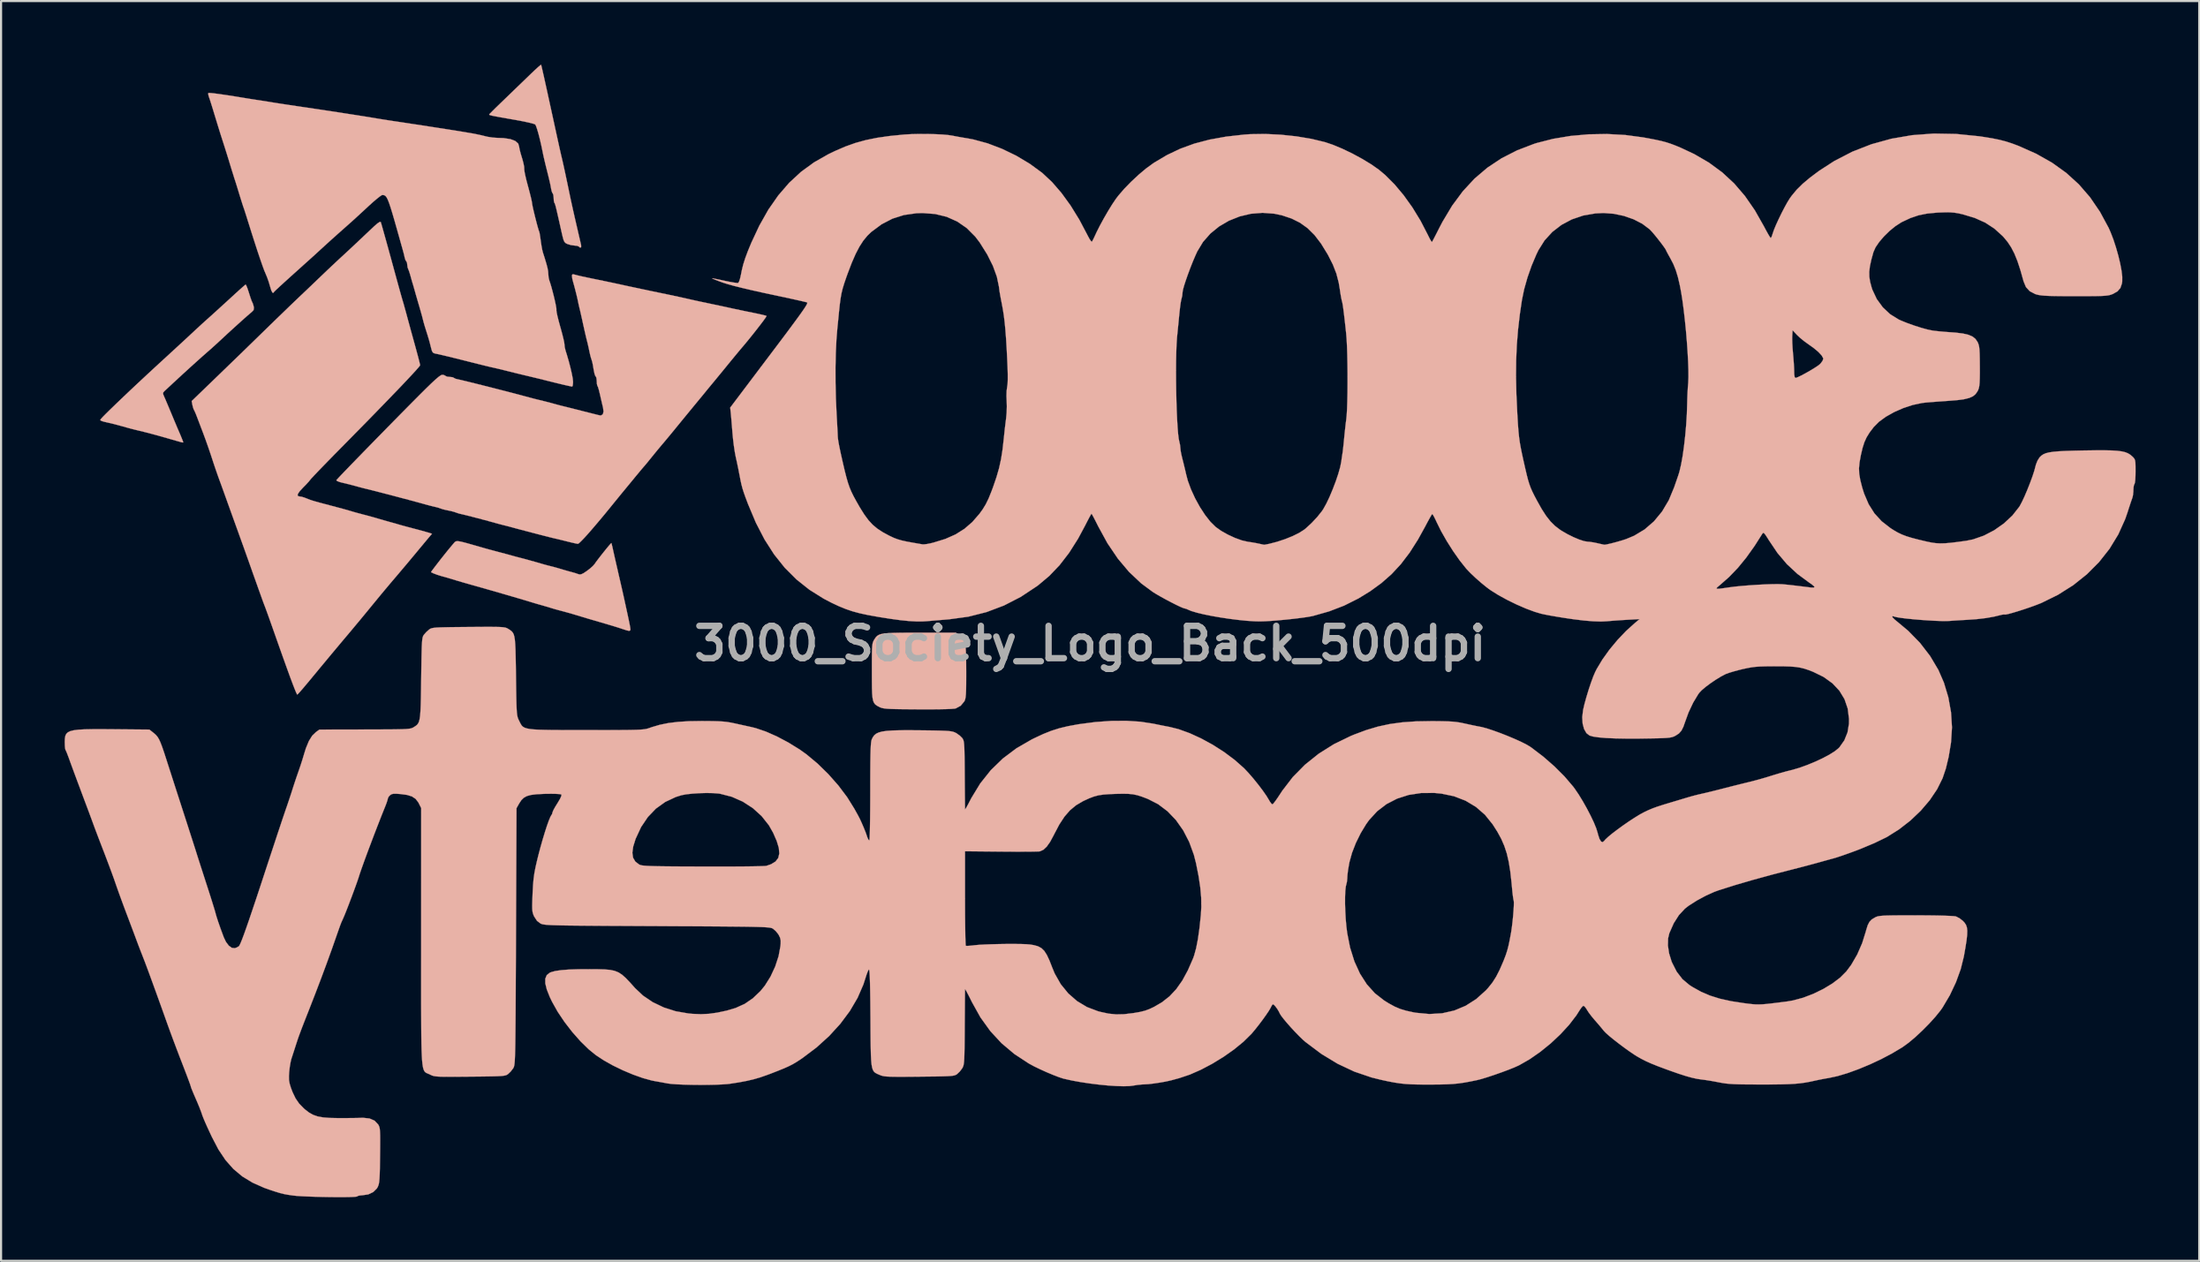
<source format=kicad_pcb>
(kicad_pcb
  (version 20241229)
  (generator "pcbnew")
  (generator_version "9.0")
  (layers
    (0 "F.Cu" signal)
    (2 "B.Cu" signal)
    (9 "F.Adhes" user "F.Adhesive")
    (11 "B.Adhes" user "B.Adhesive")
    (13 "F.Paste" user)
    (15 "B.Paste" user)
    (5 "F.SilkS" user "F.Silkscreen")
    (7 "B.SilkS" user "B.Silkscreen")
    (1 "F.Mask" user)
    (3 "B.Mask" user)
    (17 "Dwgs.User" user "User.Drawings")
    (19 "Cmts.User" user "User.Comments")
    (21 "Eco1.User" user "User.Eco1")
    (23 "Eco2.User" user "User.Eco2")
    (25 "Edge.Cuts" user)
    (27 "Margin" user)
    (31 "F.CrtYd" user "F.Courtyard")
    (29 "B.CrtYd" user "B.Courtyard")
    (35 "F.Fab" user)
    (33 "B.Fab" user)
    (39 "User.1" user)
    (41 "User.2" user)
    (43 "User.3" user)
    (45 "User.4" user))
  (footprint "3000_Society_Logo_Back_500dpi"
    (layer "F.Cu")
    (at 48.375 27.31)
    (property "Reference" "3000_Society_Logo_Back_500dpi" (at 0 0 0) (layer "F.Fab") (effects (font (size 1.524 1.524) (thickness 0.3))))
    (attr through_hole)
    (fp_poly (pts (xy -8.531 -0.512) (xy -8.936 -0.51) (xy -9.26 -0.503) (xy -9.515 -0.492) (xy -9.71 -0.474) (xy -9.855 -0.447) (xy -9.963 -0.411) (xy -10.041 -0.363) (xy -10.103 -0.302) (xy -10.157 -0.226) (xy -10.18 -0.189) (xy -10.215 -0.13) (xy -10.242 -0.068) (xy -10.262 0.008) (xy -10.276 0.113) (xy -10.286 0.26) (xy -10.291 0.461) (xy -10.294 0.73) (xy -10.295 1.08) (xy -10.295 1.318) (xy -10.294 1.748) (xy -10.291 2.088) (xy -10.282 2.35) (xy -10.265 2.548) (xy -10.237 2.692) (xy -10.196 2.795) (xy -10.139 2.869) (xy -10.063 2.927) (xy -9.966 2.98) (xy -9.931 2.998) (xy -9.869 3.025) (xy -9.797 3.046) (xy -9.704 3.063) (xy -9.577 3.076) (xy -9.404 3.086) (xy -9.175 3.093) (xy -8.877 3.098) (xy -8.499 3.101) (xy -8.111 3.104) (xy -7.587 3.105) (xy -7.149 3.102) (xy -6.799 3.095) (xy -6.542 3.084) (xy -6.381 3.07) (xy -6.333 3.059) (xy -6.104 2.934) (xy -5.94 2.737) (xy -5.916 2.694) (xy -5.892 2.628) (xy -5.873 2.53) (xy -5.859 2.387) (xy -5.85 2.187) (xy -5.846 1.917) (xy -5.844 1.565) (xy -5.844 1.311) (xy -5.847 0.881) (xy -5.853 0.54) (xy -5.865 0.275) (xy -5.886 0.074) (xy -5.918 -0.076) (xy -5.963 -0.188) (xy -6.024 -0.274) (xy -6.103 -0.347) (xy -6.162 -0.391) (xy -6.333 -0.513) (xy -8.034 -0.513) (xy -8.531 -0.512)) (stroke (width 0.01) (type solid)) (fill yes) (layer "B.SilkS"))
    (fp_poly (pts (xy -39.887 -16.897) (xy -39.995 -16.803) (xy -40.148 -16.667) (xy -40.331 -16.501) (xy -40.375 -16.46) (xy -40.787 -16.082) (xy -41.167 -15.736) (xy -41.5 -15.434) (xy -41.739 -15.221) (xy -41.86 -15.111) (xy -42.03 -14.955) (xy -42.225 -14.775) (xy -42.375 -14.635) (xy -42.544 -14.478) (xy -42.769 -14.269) (xy -43.033 -14.026) (xy -43.318 -13.764) (xy -43.604 -13.501) (xy -43.697 -13.416) (xy -44.114 -13.033) (xy -44.521 -12.656) (xy -44.914 -12.29) (xy -45.284 -11.942) (xy -45.625 -11.619) (xy -45.931 -11.326) (xy -46.195 -11.071) (xy -46.41 -10.86) (xy -46.569 -10.699) (xy -46.665 -10.594) (xy -46.693 -10.554) (xy -46.679 -10.525) (xy -46.624 -10.497) (xy -46.512 -10.463) (xy -46.325 -10.42) (xy -46.211 -10.395) (xy -46.059 -10.358) (xy -45.854 -10.304) (xy -45.637 -10.244) (xy -45.626 -10.241) (xy -45.415 -10.182) (xy -45.218 -10.129) (xy -45.075 -10.093) (xy -45.068 -10.091) (xy -44.594 -9.976) (xy -44.063 -9.836) (xy -43.457 -9.665) (xy -43.34 -9.631) (xy -43.1 -9.562) (xy -42.94 -9.517) (xy -42.845 -9.492) (xy -42.798 -9.484) (xy -42.783 -9.489) (xy -42.782 -9.495) (xy -42.8 -9.554) (xy -42.85 -9.681) (xy -42.919 -9.849) (xy -42.998 -10.033) (xy -43.011 -10.063) (xy -43.056 -10.167) (xy -43.129 -10.341) (xy -43.223 -10.563) (xy -43.326 -10.811) (xy -43.342 -10.85) (xy -43.447 -11.101) (xy -43.545 -11.333) (xy -43.625 -11.522) (xy -43.679 -11.644) (xy -43.684 -11.654) (xy -43.731 -11.771) (xy -43.727 -11.841) (xy -43.67 -11.908) (xy -43.665 -11.912) (xy -43.591 -11.98) (xy -43.461 -12.101) (xy -43.294 -12.257) (xy -43.108 -12.429) (xy -42.798 -12.715) (xy -42.474 -13.011) (xy -42.156 -13.298) (xy -41.866 -13.558) (xy -41.623 -13.772) (xy -41.562 -13.824) (xy -41.422 -13.948) (xy -41.239 -14.114) (xy -41.042 -14.295) (xy -40.951 -14.379) (xy -40.713 -14.601) (xy -40.461 -14.832) (xy -40.211 -15.058) (xy -39.979 -15.267) (xy -39.779 -15.444) (xy -39.627 -15.576) (xy -39.553 -15.637) (xy -39.463 -15.729) (xy -39.447 -15.834) (xy -39.457 -15.898) (xy -39.492 -16.026) (xy -39.529 -16.108) (xy -39.56 -16.178) (xy -39.61 -16.319) (xy -39.669 -16.503) (xy -39.685 -16.554) (xy -39.744 -16.734) (xy -39.796 -16.868) (xy -39.832 -16.932) (xy -39.839 -16.935) (xy -39.887 -16.897)) (stroke (width 0.01) (type solid)) (fill yes) (layer "B.SilkS"))
    (fp_poly (pts (xy -25.94 -27.28) (xy -26.038 -27.196) (xy -26.181 -27.066) (xy -26.354 -26.902) (xy -26.386 -26.871) (xy -26.579 -26.684) (xy -26.824 -26.448) (xy -27.096 -26.186) (xy -27.374 -25.917) (xy -27.592 -25.707) (xy -27.817 -25.49) (xy -28.016 -25.297) (xy -28.177 -25.138) (xy -28.289 -25.025) (xy -28.342 -24.969) (xy -28.344 -24.966) (xy -28.345 -24.951) (xy -28.326 -24.936) (xy -28.275 -24.919) (xy -28.18 -24.896) (xy -28.031 -24.867) (xy -27.814 -24.827) (xy -27.52 -24.775) (xy -27.186 -24.717) (xy -26.885 -24.663) (xy -26.617 -24.608) (xy -26.398 -24.559) (xy -26.245 -24.517) (xy -26.176 -24.488) (xy -26.136 -24.412) (xy -26.082 -24.254) (xy -26.018 -24.033) (xy -25.95 -23.766) (xy -25.883 -23.472) (xy -25.82 -23.169) (xy -25.816 -23.144) (xy -25.782 -22.985) (xy -25.732 -22.769) (xy -25.676 -22.536) (xy -25.663 -22.484) (xy -25.584 -22.169) (xy -25.526 -21.933) (xy -25.485 -21.756) (xy -25.455 -21.618) (xy -25.433 -21.499) (xy -25.425 -21.454) (xy -25.395 -21.323) (xy -25.358 -21.242) (xy -25.35 -21.235) (xy -25.322 -21.171) (xy -25.307 -21.047) (xy -25.306 -21.016) (xy -25.298 -20.882) (xy -25.276 -20.796) (xy -25.27 -20.788) (xy -25.256 -20.766) (xy -25.239 -20.722) (xy -25.216 -20.644) (xy -25.184 -20.52) (xy -25.142 -20.34) (xy -25.085 -20.091) (xy -25.011 -19.764) (xy -24.94 -19.444) (xy -24.886 -19.209) (xy -24.844 -19.054) (xy -24.803 -18.958) (xy -24.754 -18.901) (xy -24.687 -18.862) (xy -24.652 -18.847) (xy -24.483 -18.796) (xy -24.313 -18.775) (xy -24.313 -18.775) (xy -24.189 -18.761) (xy -24.115 -18.727) (xy -24.113 -18.724) (xy -24.051 -18.673) (xy -24.009 -18.705) (xy -24.01 -18.788) (xy -24.03 -18.874) (xy -24.068 -19.04) (xy -24.121 -19.267) (xy -24.183 -19.537) (xy -24.236 -19.766) (xy -24.312 -20.096) (xy -24.389 -20.437) (xy -24.46 -20.758) (xy -24.518 -21.027) (xy -24.541 -21.137) (xy -24.662 -21.717) (xy -24.765 -22.203) (xy -24.85 -22.594) (xy -24.917 -22.888) (xy -24.924 -22.915) (xy -24.948 -23.016) (xy -24.973 -23.124) (xy -25.001 -23.248) (xy -25.035 -23.399) (xy -25.076 -23.585) (xy -25.127 -23.817) (xy -25.19 -24.105) (xy -25.267 -24.458) (xy -25.36 -24.885) (xy -25.472 -25.397) (xy -25.54 -25.709) (xy -25.624 -26.095) (xy -25.702 -26.447) (xy -25.77 -26.755) (xy -25.827 -27.006) (xy -25.869 -27.188) (xy -25.894 -27.289) (xy -25.899 -27.305) (xy -25.94 -27.28)) (stroke (width 0.01) (type solid)) (fill yes) (layer "B.SilkS"))
    (fp_poly (pts (xy -29.936 -4.812) (xy -29.978 -4.78) (xy -30.018 -4.733) (xy -30.056 -4.688) (xy -30.17 -4.553) (xy -30.313 -4.379) (xy -30.471 -4.182) (xy -30.634 -3.977) (xy -30.788 -3.779) (xy -30.922 -3.604) (xy -31.025 -3.467) (xy -31.083 -3.384) (xy -31.091 -3.366) (xy -30.98 -3.312) (xy -30.81 -3.248) (xy -30.621 -3.188) (xy -30.59 -3.179) (xy -30.346 -3.112) (xy -30.124 -3.046) (xy -29.929 -2.986) (xy -29.816 -2.952) (xy -29.628 -2.897) (xy -29.39 -2.829) (xy -29.124 -2.753) (xy -29.04 -2.73) (xy -28.28 -2.514) (xy -27.577 -2.311) (xy -26.942 -2.125) (xy -26.388 -1.96) (xy -26.221 -1.909) (xy -26.092 -1.871) (xy -25.923 -1.823) (xy -25.865 -1.807) (xy -25.669 -1.75) (xy -25.47 -1.69) (xy -25.431 -1.678) (xy -25.267 -1.629) (xy -25.058 -1.571) (xy -24.897 -1.528) (xy -24.674 -1.468) (xy -24.414 -1.394) (xy -24.189 -1.327) (xy -23.939 -1.251) (xy -23.666 -1.169) (xy -23.452 -1.107) (xy -23.067 -0.994) (xy -22.764 -0.905) (xy -22.527 -0.835) (xy -22.339 -0.777) (xy -22.184 -0.728) (xy -22.052 -0.684) (xy -21.859 -0.621) (xy -21.745 -0.598) (xy -21.693 -0.619) (xy -21.686 -0.691) (xy -21.704 -0.805) (xy -21.721 -0.895) (xy -21.743 -1.005) (xy -21.773 -1.15) (xy -21.814 -1.342) (xy -21.869 -1.596) (xy -21.941 -1.926) (xy -22.004 -2.214) (xy -22.033 -2.344) (xy -22.079 -2.549) (xy -22.138 -2.806) (xy -22.203 -3.09) (xy -22.236 -3.23) (xy -22.305 -3.534) (xy -22.374 -3.834) (xy -22.435 -4.103) (xy -22.482 -4.313) (xy -22.495 -4.373) (xy -22.534 -4.549) (xy -22.566 -4.68) (xy -22.583 -4.74) (xy -22.584 -4.741) (xy -22.618 -4.71) (xy -22.7 -4.616) (xy -22.815 -4.478) (xy -22.948 -4.313) (xy -23.085 -4.14) (xy -23.211 -3.977) (xy -23.313 -3.841) (xy -23.375 -3.752) (xy -23.376 -3.75) (xy -23.457 -3.657) (xy -23.592 -3.537) (xy -23.737 -3.426) (xy -23.899 -3.318) (xy -24.009 -3.266) (xy -24.092 -3.259) (xy -24.143 -3.274) (xy -24.273 -3.318) (xy -24.438 -3.366) (xy -24.468 -3.374) (xy -24.638 -3.42) (xy -24.843 -3.479) (xy -24.951 -3.512) (xy -25.143 -3.568) (xy -25.327 -3.619) (xy -25.408 -3.639) (xy -25.59 -3.685) (xy -25.764 -3.732) (xy -26.134 -3.839) (xy -26.423 -3.92) (xy -26.645 -3.982) (xy -26.818 -4.027) (xy -26.881 -4.043) (xy -27.063 -4.09) (xy -27.237 -4.138) (xy -27.362 -4.173) (xy -27.555 -4.225) (xy -27.784 -4.286) (xy -27.923 -4.323) (xy -28.154 -4.385) (xy -28.364 -4.441) (xy -28.523 -4.485) (xy -28.583 -4.502) (xy -28.974 -4.614) (xy -29.279 -4.701) (xy -29.51 -4.765) (xy -29.679 -4.806) (xy -29.798 -4.827) (xy -29.88 -4.829) (xy -29.936 -4.812)) (stroke (width 0.01) (type solid)) (fill yes) (layer "B.SilkS"))
    (fp_poly (pts (xy -33.613 -19.825) (xy -33.78 -19.68) (xy -33.855 -19.61) (xy -34.266 -19.221) (xy -34.611 -18.895) (xy -34.898 -18.626) (xy -35.135 -18.405) (xy -35.329 -18.227) (xy -35.392 -18.169) (xy -35.542 -18.03) (xy -35.741 -17.843) (xy -35.967 -17.63) (xy -36.196 -17.411) (xy -36.254 -17.356) (xy -36.511 -17.11) (xy -36.8 -16.833) (xy -37.088 -16.559) (xy -37.339 -16.321) (xy -37.346 -16.314) (xy -37.528 -16.141) (xy -37.766 -15.912) (xy -38.044 -15.643) (xy -38.348 -15.35) (xy -38.66 -15.047) (xy -38.949 -14.765) (xy -39.281 -14.441) (xy -39.663 -14.07) (xy -40.072 -13.672) (xy -40.485 -13.272) (xy -40.88 -12.89) (xy -41.201 -12.58) (xy -42.383 -11.439) (xy -42.349 -11.259) (xy -42.316 -11.125) (xy -42.281 -11.034) (xy -42.277 -11.028) (xy -42.24 -10.956) (xy -42.182 -10.821) (xy -42.134 -10.698) (xy -42.07 -10.53) (xy -41.984 -10.303) (xy -41.887 -10.049) (xy -41.825 -9.885) (xy -41.72 -9.6) (xy -41.603 -9.269) (xy -41.491 -8.941) (xy -41.434 -8.768) (xy -41.342 -8.487) (xy -41.243 -8.194) (xy -41.15 -7.927) (xy -41.096 -7.777) (xy -41 -7.516) (xy -40.894 -7.223) (xy -40.801 -6.964) (xy -40.684 -6.638) (xy -40.542 -6.244) (xy -40.387 -5.812) (xy -40.227 -5.37) (xy -40.088 -4.983) (xy -40.003 -4.747) (xy -39.898 -4.455) (xy -39.788 -4.145) (xy -39.697 -3.891) (xy -39.506 -3.35) (xy -39.345 -2.898) (xy -39.214 -2.53) (xy -39.109 -2.238) (xy -39.029 -2.015) (xy -38.97 -1.856) (xy -38.931 -1.755) (xy -38.922 -1.732) (xy -38.886 -1.636) (xy -38.823 -1.463) (xy -38.739 -1.23) (xy -38.642 -0.956) (xy -38.539 -0.665) (xy -38.295 0.027) (xy -38.083 0.625) (xy -37.901 1.132) (xy -37.749 1.551) (xy -37.625 1.883) (xy -37.529 2.132) (xy -37.459 2.301) (xy -37.415 2.391) (xy -37.4 2.408) (xy -37.359 2.371) (xy -37.265 2.267) (xy -37.128 2.109) (xy -36.958 1.907) (xy -36.765 1.676) (xy -36.751 1.659) (xy -36.3 1.113) (xy -35.903 0.635) (xy -35.55 0.212) (xy -35.232 -0.167) (xy -35.112 -0.309) (xy -34.822 -0.654) (xy -34.492 -1.05) (xy -34.146 -1.469) (xy -33.807 -1.882) (xy -33.646 -2.078) (xy -33.462 -2.302) (xy -33.24 -2.568) (xy -33.009 -2.843) (xy -32.808 -3.079) (xy -32.602 -3.322) (xy -32.358 -3.611) (xy -32.102 -3.915) (xy -31.862 -4.203) (xy -31.795 -4.284) (xy -31.605 -4.513) (xy -31.431 -4.722) (xy -31.287 -4.895) (xy -31.184 -5.017) (xy -31.146 -5.062) (xy -31.045 -5.179) (xy -31.236 -5.239) (xy -31.366 -5.277) (xy -31.564 -5.332) (xy -31.799 -5.395) (xy -31.961 -5.437) (xy -32.194 -5.499) (xy -32.401 -5.555) (xy -32.557 -5.598) (xy -32.622 -5.617) (xy -32.755 -5.657) (xy -32.922 -5.703) (xy -32.952 -5.711) (xy -33.107 -5.754) (xy -33.313 -5.813) (xy -33.511 -5.87) (xy -33.69 -5.923) (xy -33.845 -5.967) (xy -34.005 -6.011) (xy -34.202 -6.063) (xy -34.463 -6.132) (xy -34.631 -6.177) (xy -34.778 -6.219) (xy -34.806 -6.228) (xy -34.964 -6.274) (xy -35.175 -6.334) (xy -35.454 -6.409) (xy -35.817 -6.506) (xy -35.822 -6.507) (xy -36.138 -6.591) (xy -36.374 -6.654) (xy -36.549 -6.703) (xy -36.684 -6.743) (xy -36.795 -6.78) (xy -36.902 -6.821) (xy -37.025 -6.869) (xy -37.056 -6.882) (xy -37.194 -6.924) (xy -37.298 -6.939) (xy -37.382 -6.966) (xy -37.38 -7.046) (xy -37.293 -7.179) (xy -37.127 -7.358) (xy -36.982 -7.506) (xy -36.858 -7.642) (xy -36.78 -7.738) (xy -36.778 -7.741) (xy -36.726 -7.801) (xy -36.61 -7.925) (xy -36.439 -8.105) (xy -36.22 -8.332) (xy -35.961 -8.598) (xy -35.671 -8.895) (xy -35.356 -9.215) (xy -35.206 -9.367) (xy -34.67 -9.912) (xy -34.162 -10.428) (xy -33.689 -10.913) (xy -33.254 -11.361) (xy -32.86 -11.769) (xy -32.512 -12.131) (xy -32.215 -12.445) (xy -31.972 -12.705) (xy -31.787 -12.907) (xy -31.665 -13.048) (xy -31.609 -13.122) (xy -31.606 -13.13) (xy -31.619 -13.196) (xy -31.655 -13.343) (xy -31.709 -13.552) (xy -31.778 -13.807) (xy -31.834 -14.013) (xy -31.926 -14.346) (xy -32.024 -14.701) (xy -32.117 -15.041) (xy -32.196 -15.332) (xy -32.22 -15.422) (xy -32.286 -15.664) (xy -32.346 -15.881) (xy -32.392 -16.047) (xy -32.418 -16.134) (xy -32.442 -16.212) (xy -32.47 -16.309) (xy -32.506 -16.436) (xy -32.554 -16.607) (xy -32.617 -16.835) (xy -32.699 -17.132) (xy -32.803 -17.512) (xy -32.829 -17.607) (xy -32.972 -18.131) (xy -33.101 -18.6) (xy -33.214 -19.009) (xy -33.309 -19.348) (xy -33.383 -19.612) (xy -33.435 -19.794) (xy -33.462 -19.884) (xy -33.463 -19.887) (xy -33.507 -19.893) (xy -33.613 -19.825)) (stroke (width 0.01) (type solid)) (fill yes) (layer "B.SilkS"))
    (fp_poly (pts (xy -24.439 -17.39) (xy -24.443 -17.339) (xy -24.427 -17.214) (xy -24.393 -17.077) (xy -24.349 -16.923) (xy -24.293 -16.712) (xy -24.235 -16.483) (xy -24.186 -16.276) (xy -24.156 -16.134) (xy -24.127 -15.994) (xy -24.089 -15.833) (xy -24.088 -15.829) (xy -24.059 -15.709) (xy -24.015 -15.517) (xy -23.962 -15.28) (xy -23.91 -15.041) (xy -23.854 -14.79) (xy -23.802 -14.561) (xy -23.759 -14.382) (xy -23.733 -14.279) (xy -23.699 -14.145) (xy -23.657 -13.958) (xy -23.629 -13.822) (xy -23.589 -13.641) (xy -23.55 -13.488) (xy -23.526 -13.416) (xy -23.488 -13.295) (xy -23.456 -13.142) (xy -23.455 -13.136) (xy -23.413 -12.888) (xy -23.378 -12.725) (xy -23.346 -12.633) (xy -23.319 -12.599) (xy -23.29 -12.535) (xy -23.275 -12.411) (xy -23.274 -12.38) (xy -23.266 -12.246) (xy -23.244 -12.16) (xy -23.238 -12.152) (xy -23.21 -12.088) (xy -23.17 -11.951) (xy -23.125 -11.768) (xy -23.115 -11.724) (xy -23.065 -11.505) (xy -23.017 -11.296) (xy -22.979 -11.141) (xy -22.977 -11.133) (xy -22.953 -10.945) (xy -22.986 -10.817) (xy -23.072 -10.76) (xy -23.139 -10.765) (xy -23.226 -10.786) (xy -23.391 -10.827) (xy -23.613 -10.883) (xy -23.871 -10.948) (xy -23.986 -10.977) (xy -24.261 -11.047) (xy -24.515 -11.111) (xy -24.725 -11.164) (xy -24.868 -11.199) (xy -24.9 -11.207) (xy -25.073 -11.251) (xy -25.26 -11.302) (xy -25.281 -11.308) (xy -25.497 -11.367) (xy -25.752 -11.432) (xy -26.056 -11.506) (xy -26.201 -11.542) (xy -26.401 -11.595) (xy -26.616 -11.652) (xy -26.627 -11.655) (xy -26.875 -11.722) (xy -27.175 -11.801) (xy -27.512 -11.889) (xy -27.873 -11.981) (xy -28.242 -12.076) (xy -28.605 -12.167) (xy -28.946 -12.253) (xy -29.251 -12.329) (xy -29.506 -12.391) (xy -29.695 -12.436) (xy -29.804 -12.46) (xy -29.815 -12.462) (xy -29.937 -12.492) (xy -30.007 -12.53) (xy -30.009 -12.532) (xy -30.074 -12.563) (xy -30.195 -12.577) (xy -30.209 -12.578) (xy -30.334 -12.591) (xy -30.409 -12.625) (xy -30.412 -12.628) (xy -30.482 -12.668) (xy -30.563 -12.679) (xy -30.627 -12.656) (xy -30.731 -12.584) (xy -30.881 -12.456) (xy -31.083 -12.269) (xy -31.344 -12.015) (xy -31.563 -11.797) (xy -31.855 -11.504) (xy -32.175 -11.181) (xy -32.515 -10.837) (xy -32.867 -10.479) (xy -33.226 -10.114) (xy -33.583 -9.75) (xy -33.932 -9.393) (xy -34.265 -9.052) (xy -34.575 -8.733) (xy -34.856 -8.444) (xy -35.099 -8.192) (xy -35.298 -7.985) (xy -35.445 -7.829) (xy -35.534 -7.733) (xy -35.558 -7.703) (xy -35.523 -7.668) (xy -35.415 -7.625) (xy -35.329 -7.601) (xy -35.026 -7.527) (xy -34.788 -7.467) (xy -34.583 -7.412) (xy -34.527 -7.396) (xy -34.344 -7.347) (xy -34.164 -7.302) (xy -34.146 -7.298) (xy -33.996 -7.262) (xy -33.766 -7.203) (xy -33.474 -7.128) (xy -33.138 -7.041) (xy -32.776 -6.946) (xy -32.406 -6.848) (xy -32.046 -6.752) (xy -31.714 -6.663) (xy -31.427 -6.584) (xy -31.301 -6.549) (xy -31.121 -6.501) (xy -30.963 -6.462) (xy -30.894 -6.447) (xy -30.751 -6.41) (xy -30.666 -6.38) (xy -30.536 -6.336) (xy -30.424 -6.308) (xy -30.26 -6.273) (xy -30.145 -6.249) (xy -30 -6.211) (xy -29.904 -6.177) (xy -29.77 -6.132) (xy -29.675 -6.11) (xy -29.573 -6.087) (xy -29.394 -6.043) (xy -29.159 -5.983) (xy -28.89 -5.913) (xy -28.607 -5.838) (xy -28.332 -5.764) (xy -28.085 -5.696) (xy -28.075 -5.693) (xy -27.877 -5.639) (xy -27.69 -5.59) (xy -27.592 -5.566) (xy -27.41 -5.52) (xy -27.237 -5.473) (xy -27.069 -5.427) (xy -26.84 -5.366) (xy -26.57 -5.295) (xy -26.28 -5.219) (xy -25.991 -5.144) (xy -25.722 -5.075) (xy -25.495 -5.017) (xy -25.329 -4.976) (xy -25.256 -4.959) (xy -25.122 -4.928) (xy -24.928 -4.881) (xy -24.708 -4.826) (xy -24.652 -4.812) (xy -24.45 -4.763) (xy -24.283 -4.725) (xy -24.177 -4.705) (xy -24.158 -4.704) (xy -24.104 -4.74) (xy -23.997 -4.842) (xy -23.85 -4.995) (xy -23.677 -5.186) (xy -23.569 -5.309) (xy -23.347 -5.568) (xy -23.111 -5.847) (xy -22.886 -6.117) (xy -22.697 -6.348) (xy -22.665 -6.387) (xy -22.477 -6.619) (xy -22.275 -6.867) (xy -22.089 -7.095) (xy -21.989 -7.216) (xy -21.812 -7.431) (xy -21.609 -7.677) (xy -21.418 -7.91) (xy -21.38 -7.955) (xy -21.243 -8.121) (xy -21.13 -8.255) (xy -21.057 -8.341) (xy -21.038 -8.361) (xy -20.997 -8.409) (xy -20.906 -8.518) (xy -20.782 -8.671) (xy -20.683 -8.793) (xy -20.521 -8.992) (xy -20.361 -9.187) (xy -20.226 -9.348) (xy -20.177 -9.406) (xy -20.081 -9.519) (xy -19.938 -9.691) (xy -19.763 -9.902) (xy -19.574 -10.132) (xy -19.49 -10.235) (xy -19.272 -10.502) (xy -19.035 -10.791) (xy -18.805 -11.071) (xy -18.608 -11.31) (xy -18.576 -11.349) (xy -18.413 -11.547) (xy -18.268 -11.722) (xy -18.157 -11.858) (xy -18.094 -11.935) (xy -18.093 -11.937) (xy -18.017 -12.03) (xy -17.906 -12.164) (xy -17.839 -12.245) (xy -17.745 -12.358) (xy -17.603 -12.531) (xy -17.428 -12.744) (xy -17.236 -12.978) (xy -17.128 -13.111) (xy -16.936 -13.346) (xy -16.754 -13.567) (xy -16.598 -13.756) (xy -16.481 -13.895) (xy -16.438 -13.946) (xy -16.275 -14.138) (xy -16.096 -14.356) (xy -15.91 -14.587) (xy -15.73 -14.815) (xy -15.565 -15.028) (xy -15.425 -15.212) (xy -15.323 -15.353) (xy -15.269 -15.437) (xy -15.263 -15.454) (xy -15.321 -15.474) (xy -15.457 -15.509) (xy -15.653 -15.553) (xy -15.888 -15.602) (xy -15.891 -15.602) (xy -16.186 -15.662) (xy -16.5 -15.728) (xy -16.79 -15.789) (xy -16.95 -15.824) (xy -17.191 -15.877) (xy -17.49 -15.941) (xy -17.805 -16.007) (xy -18.042 -16.057) (xy -18.318 -16.115) (xy -18.59 -16.174) (xy -18.825 -16.226) (xy -18.982 -16.262) (xy -19.124 -16.294) (xy -19.345 -16.343) (xy -19.626 -16.403) (xy -19.946 -16.471) (xy -20.286 -16.542) (xy -20.379 -16.561) (xy -20.736 -16.635) (xy -21.093 -16.71) (xy -21.426 -16.781) (xy -21.712 -16.842) (xy -21.926 -16.888) (xy -21.954 -16.894) (xy -22.134 -16.934) (xy -22.309 -16.972) (xy -22.495 -17.012) (xy -22.711 -17.057) (xy -22.973 -17.112) (xy -23.299 -17.179) (xy -23.704 -17.263) (xy -23.757 -17.274) (xy -23.968 -17.319) (xy -24.157 -17.363) (xy -24.288 -17.397) (xy -24.303 -17.402) (xy -24.403 -17.423) (xy -24.439 -17.39)) (stroke (width 0.01) (type solid)) (fill yes) (layer "B.SilkS"))
    (fp_poly (pts (xy -41.597 -25.972) (xy -41.602 -25.908) (xy -41.573 -25.8) (xy -41.533 -25.687) (xy -41.476 -25.509) (xy -41.41 -25.298) (xy -41.388 -25.227) (xy -41.269 -24.835) (xy -41.173 -24.521) (xy -41.093 -24.262) (xy -41.024 -24.04) (xy -40.958 -23.834) (xy -40.899 -23.652) (xy -40.826 -23.421) (xy -40.735 -23.134) (xy -40.641 -22.831) (xy -40.574 -22.611) (xy -40.499 -22.365) (xy -40.43 -22.145) (xy -40.377 -21.973) (xy -40.345 -21.875) (xy -40.344 -21.874) (xy -40.312 -21.774) (xy -40.258 -21.603) (xy -40.192 -21.387) (xy -40.139 -21.214) (xy -40.069 -20.986) (xy -40.006 -20.786) (xy -39.959 -20.639) (xy -39.938 -20.579) (xy -39.906 -20.489) (xy -39.854 -20.327) (xy -39.788 -20.121) (xy -39.741 -19.969) (xy -39.575 -19.441) (xy -39.42 -18.955) (xy -39.278 -18.518) (xy -39.151 -18.141) (xy -39.044 -17.833) (xy -38.96 -17.603) (xy -38.9 -17.461) (xy -38.897 -17.454) (xy -38.824 -17.28) (xy -38.747 -17.06) (xy -38.695 -16.883) (xy -38.631 -16.671) (xy -38.575 -16.558) (xy -38.529 -16.544) (xy -38.506 -16.579) (xy -38.465 -16.623) (xy -38.359 -16.725) (xy -38.2 -16.872) (xy -38 -17.055) (xy -37.77 -17.263) (xy -37.702 -17.325) (xy -37.392 -17.603) (xy -37.148 -17.823) (xy -36.956 -17.995) (xy -36.806 -18.13) (xy -36.686 -18.238) (xy -36.586 -18.329) (xy -36.494 -18.413) (xy -36.399 -18.5) (xy -36.29 -18.601) (xy -36.228 -18.657) (xy -36.028 -18.84) (xy -35.786 -19.059) (xy -35.537 -19.282) (xy -35.365 -19.435) (xy -35.127 -19.646) (xy -34.938 -19.814) (xy -34.778 -19.957) (xy -34.626 -20.095) (xy -34.461 -20.247) (xy -34.261 -20.431) (xy -34.025 -20.65) (xy -33.825 -20.831) (xy -33.645 -20.983) (xy -33.502 -21.096) (xy -33.41 -21.155) (xy -33.39 -21.161) (xy -33.331 -21.157) (xy -33.278 -21.141) (xy -33.229 -21.104) (xy -33.181 -21.039) (xy -33.129 -20.935) (xy -33.07 -20.785) (xy -33.001 -20.579) (xy -32.918 -20.31) (xy -32.818 -19.968) (xy -32.698 -19.545) (xy -32.567 -19.08) (xy -32.508 -18.869) (xy -32.452 -18.671) (xy -32.412 -18.528) (xy -32.41 -18.521) (xy -32.366 -18.356) (xy -32.333 -18.205) (xy -32.332 -18.203) (xy -32.298 -18.091) (xy -32.26 -18.035) (xy -32.225 -17.968) (xy -32.215 -17.883) (xy -32.197 -17.746) (xy -32.169 -17.67) (xy -32.128 -17.568) (xy -32.08 -17.415) (xy -32.062 -17.353) (xy -32.015 -17.183) (xy -31.972 -17.034) (xy -31.961 -16.997) (xy -31.924 -16.876) (xy -31.875 -16.704) (xy -31.843 -16.591) (xy -31.791 -16.406) (xy -31.722 -16.169) (xy -31.651 -15.926) (xy -31.637 -15.88) (xy -31.575 -15.664) (xy -31.52 -15.468) (xy -31.483 -15.325) (xy -31.476 -15.295) (xy -31.442 -15.164) (xy -31.39 -14.981) (xy -31.345 -14.838) (xy -31.262 -14.574) (xy -31.2 -14.371) (xy -31.15 -14.19) (xy -31.101 -13.997) (xy -31.093 -13.965) (xy -31.051 -13.811) (xy -31.004 -13.728) (xy -30.928 -13.688) (xy -30.829 -13.667) (xy -30.721 -13.645) (xy -30.532 -13.601) (xy -30.28 -13.541) (xy -29.983 -13.468) (xy -29.657 -13.387) (xy -29.529 -13.355) (xy -29.197 -13.271) (xy -28.886 -13.193) (xy -28.614 -13.125) (xy -28.399 -13.073) (xy -28.258 -13.039) (xy -28.227 -13.033) (xy -28.115 -13.008) (xy -27.994 -12.98) (xy -27.841 -12.944) (xy -27.634 -12.893) (xy -27.389 -12.832) (xy -27.133 -12.768) (xy -26.869 -12.704) (xy -26.7 -12.663) (xy -26.599 -12.639) (xy -26.434 -12.6) (xy -26.243 -12.554) (xy -26.006 -12.497) (xy -25.753 -12.434) (xy -25.586 -12.392) (xy -25.3 -12.321) (xy -25.026 -12.254) (xy -24.782 -12.196) (xy -24.588 -12.153) (xy -24.462 -12.127) (xy -24.43 -12.123) (xy -24.408 -12.167) (xy -24.394 -12.281) (xy -24.392 -12.354) (xy -24.407 -12.504) (xy -24.45 -12.729) (xy -24.514 -13.007) (xy -24.594 -13.315) (xy -24.686 -13.632) (xy -24.747 -13.826) (xy -24.785 -13.986) (xy -24.798 -14.122) (xy -24.812 -14.22) (xy -24.85 -14.394) (xy -24.907 -14.621) (xy -24.977 -14.88) (xy -25.002 -14.965) (xy -25.072 -15.222) (xy -25.128 -15.447) (xy -25.165 -15.621) (xy -25.178 -15.725) (xy -25.176 -15.742) (xy -25.179 -15.814) (xy -25.205 -15.961) (xy -25.247 -16.161) (xy -25.301 -16.391) (xy -25.362 -16.629) (xy -25.423 -16.853) (xy -25.48 -17.04) (xy -25.511 -17.127) (xy -25.545 -17.269) (xy -25.56 -17.437) (xy -25.56 -17.449) (xy -25.569 -17.568) (xy -25.598 -17.722) (xy -25.652 -17.927) (xy -25.734 -18.199) (xy -25.814 -18.449) (xy -25.846 -18.576) (xy -25.881 -18.766) (xy -25.913 -18.979) (xy -25.915 -18.999) (xy -25.942 -19.189) (xy -25.966 -19.339) (xy -25.984 -19.421) (xy -25.987 -19.427) (xy -26.014 -19.5) (xy -26.058 -19.648) (xy -26.112 -19.847) (xy -26.17 -20.073) (xy -26.226 -20.301) (xy -26.275 -20.508) (xy -26.309 -20.669) (xy -26.324 -20.761) (xy -26.324 -20.765) (xy -26.338 -20.855) (xy -26.375 -21.022) (xy -26.43 -21.244) (xy -26.497 -21.499) (xy -26.52 -21.582) (xy -26.589 -21.842) (xy -26.644 -22.075) (xy -26.681 -22.26) (xy -26.695 -22.376) (xy -26.694 -22.395) (xy -26.699 -22.495) (xy -26.732 -22.66) (xy -26.785 -22.859) (xy -26.802 -22.915) (xy -26.863 -23.117) (xy -26.908 -23.292) (xy -26.931 -23.411) (xy -26.932 -23.43) (xy -26.979 -23.588) (xy -27.12 -23.711) (xy -27.35 -23.797) (xy -27.669 -23.845) (xy -27.952 -23.855) (xy -28.18 -23.87) (xy -28.427 -23.908) (xy -28.542 -23.935) (xy -28.772 -23.991) (xy -29.024 -24.044) (xy -29.142 -24.066) (xy -29.362 -24.103) (xy -29.59 -24.142) (xy -29.701 -24.16) (xy -29.851 -24.185) (xy -30.086 -24.222) (xy -30.386 -24.269) (xy -30.734 -24.323) (xy -31.114 -24.382) (xy -31.509 -24.443) (xy -31.9 -24.502) (xy -32.271 -24.559) (xy -32.604 -24.609) (xy -32.672 -24.619) (xy -32.954 -24.661) (xy -33.227 -24.704) (xy -33.461 -24.741) (xy -33.627 -24.768) (xy -33.638 -24.77) (xy -33.798 -24.797) (xy -34.028 -24.835) (xy -34.297 -24.878) (xy -34.574 -24.921) (xy -34.577 -24.922) (xy -34.862 -24.966) (xy -35.144 -25.01) (xy -35.392 -25.049) (xy -35.568 -25.077) (xy -35.714 -25.099) (xy -35.942 -25.133) (xy -36.231 -25.177) (xy -36.563 -25.226) (xy -36.917 -25.279) (xy -37.092 -25.304) (xy -37.447 -25.357) (xy -37.784 -25.407) (xy -38.086 -25.453) (xy -38.334 -25.491) (xy -38.509 -25.519) (xy -38.565 -25.528) (xy -38.764 -25.561) (xy -39.008 -25.6) (xy -39.226 -25.633) (xy -39.462 -25.669) (xy -39.704 -25.707) (xy -39.886 -25.737) (xy -40.345 -25.812) (xy -40.744 -25.874) (xy -41.076 -25.922) (xy -41.333 -25.956) (xy -41.507 -25.973) (xy -41.591 -25.974) (xy -41.597 -25.972)) (stroke (width 0.01) (type solid)) (fill yes) (layer "B.SilkS"))
    (fp_poly (pts (xy 38.781 -23.983) (xy 37.801 -23.815) (xy 36.859 -23.555) (xy 35.959 -23.204) (xy 35.102 -22.761) (xy 34.389 -22.299) (xy 33.963 -21.981) (xy 33.615 -21.688) (xy 33.33 -21.406) (xy 33.093 -21.12) (xy 33.009 -21.003) (xy 32.895 -20.82) (xy 32.761 -20.577) (xy 32.617 -20.299) (xy 32.478 -20.012) (xy 32.353 -19.739) (xy 32.257 -19.506) (xy 32.202 -19.344) (xy 32.16 -19.215) (xy 32.12 -19.139) (xy 32.108 -19.132) (xy 32.072 -19.174) (xy 32.001 -19.29) (xy 31.905 -19.462) (xy 31.794 -19.671) (xy 31.793 -19.673) (xy 31.359 -20.438) (xy 30.893 -21.112) (xy 30.383 -21.706) (xy 29.821 -22.227) (xy 29.198 -22.685) (xy 28.504 -23.089) (xy 27.861 -23.391) (xy 27.61 -23.495) (xy 27.388 -23.579) (xy 27.171 -23.649) (xy 26.936 -23.711) (xy 26.66 -23.771) (xy 26.321 -23.836) (xy 26.077 -23.88) (xy 25.247 -23.991) (xy 24.385 -24.038) (xy 23.515 -24.023) (xy 22.659 -23.946) (xy 21.838 -23.809) (xy 21.075 -23.614) (xy 20.947 -23.574) (xy 20.145 -23.267) (xy 19.413 -22.894) (xy 18.745 -22.451) (xy 18.137 -21.934) (xy 17.584 -21.337) (xy 17.08 -20.657) (xy 16.62 -19.888) (xy 16.467 -19.595) (xy 16.351 -19.365) (xy 16.25 -19.169) (xy 16.174 -19.025) (xy 16.132 -18.949) (xy 16.127 -18.942) (xy 16.096 -18.973) (xy 16.035 -19.076) (xy 15.955 -19.233) (xy 15.927 -19.291) (xy 15.589 -19.944) (xy 15.208 -20.568) (xy 14.794 -21.147) (xy 14.359 -21.666) (xy 13.915 -22.109) (xy 13.618 -22.357) (xy 13.253 -22.612) (xy 12.826 -22.87) (xy 12.367 -23.119) (xy 11.902 -23.342) (xy 11.459 -23.527) (xy 11.081 -23.655) (xy 10.44 -23.809) (xy 9.735 -23.927) (xy 8.998 -24.005) (xy 8.261 -24.04) (xy 7.558 -24.03) (xy 7.276 -24.011) (xy 6.415 -23.914) (xy 5.635 -23.773) (xy 4.919 -23.585) (xy 4.254 -23.343) (xy 3.626 -23.045) (xy 3.019 -22.684) (xy 2.967 -22.649) (xy 2.642 -22.412) (xy 2.292 -22.118) (xy 1.941 -21.791) (xy 1.614 -21.456) (xy 1.337 -21.135) (xy 1.215 -20.975) (xy 1.042 -20.718) (xy 0.847 -20.401) (xy 0.647 -20.055) (xy 0.461 -19.714) (xy 0.307 -19.408) (xy 0.273 -19.334) (xy 0.194 -19.164) (xy 0.127 -19.03) (xy 0.087 -18.96) (xy 0.086 -18.958) (xy 0.048 -18.979) (xy -0.019 -19.072) (xy -0.101 -19.221) (xy -0.122 -19.263) (xy -0.509 -19.996) (xy -0.921 -20.664) (xy -1.353 -21.259) (xy -1.797 -21.772) (xy -2.246 -22.192) (xy -2.268 -22.211) (xy -2.849 -22.635) (xy -3.485 -23.015) (xy -4.156 -23.339) (xy -4.837 -23.598) (xy -5.506 -23.78) (xy -5.783 -23.832) (xy -6.024 -23.872) (xy -6.251 -23.912) (xy -6.429 -23.946) (xy -6.488 -23.958) (xy -6.691 -23.989) (xy -6.972 -24.014) (xy -7.308 -24.03) (xy -7.677 -24.039) (xy -8.055 -24.04) (xy -8.42 -24.032) (xy -8.748 -24.014) (xy -8.802 -24.009) (xy -9.465 -23.943) (xy -10.049 -23.859) (xy -10.575 -23.752) (xy -11.067 -23.617) (xy -11.545 -23.447) (xy -12.031 -23.237) (xy -12.352 -23.082) (xy -13.023 -22.7) (xy -13.636 -22.253) (xy -14.196 -21.736) (xy -14.708 -21.143) (xy -15.177 -20.47) (xy -15.606 -19.71) (xy -15.982 -18.906) (xy -16.145 -18.512) (xy -16.268 -18.182) (xy -16.361 -17.89) (xy -16.43 -17.61) (xy -16.469 -17.411) (xy -16.511 -17.223) (xy -16.557 -17.082) (xy -16.6 -17.014) (xy -16.603 -17.012) (xy -16.677 -17.012) (xy -16.827 -17.033) (xy -17.031 -17.07) (xy -17.242 -17.114) (xy -17.468 -17.163) (xy -17.655 -17.201) (xy -17.782 -17.224) (xy -17.828 -17.228) (xy -17.789 -17.206) (xy -17.674 -17.158) (xy -17.5 -17.092) (xy -17.323 -17.027) (xy -17.105 -16.958) (xy -16.799 -16.873) (xy -16.415 -16.777) (xy -15.967 -16.671) (xy -15.465 -16.559) (xy -15.124 -16.486) (xy -14.722 -16.4) (xy -14.348 -16.32) (xy -14.017 -16.248) (xy -13.738 -16.186) (xy -13.526 -16.137) (xy -13.393 -16.105) (xy -13.352 -16.093) (xy -13.34 -16.076) (xy -13.349 -16.036) (xy -13.382 -15.968) (xy -13.444 -15.866) (xy -13.538 -15.725) (xy -13.669 -15.539) (xy -13.84 -15.303) (xy -14.056 -15.01) (xy -14.32 -14.654) (xy -14.638 -14.231) (xy -15.012 -13.735) (xy -15.119 -13.593) (xy -16.978 -11.13) (xy -16.953 -10.901) (xy -16.94 -10.765) (xy -16.921 -10.554) (xy -16.9 -10.296) (xy -16.877 -10.016) (xy -16.873 -9.961) (xy -16.844 -9.655) (xy -16.806 -9.339) (xy -16.763 -9.051) (xy -16.721 -8.827) (xy -16.719 -8.818) (xy -16.66 -8.551) (xy -16.598 -8.255) (xy -16.547 -7.992) (xy -16.544 -7.98) (xy -16.495 -7.722) (xy -16.45 -7.515) (xy -16.402 -7.33) (xy -16.342 -7.139) (xy -16.263 -6.915) (xy -16.155 -6.628) (xy -16.138 -6.583) (xy -15.767 -5.701) (xy -15.357 -4.909) (xy -14.904 -4.202) (xy -14.403 -3.575) (xy -13.85 -3.022) (xy -13.241 -2.538) (xy -12.57 -2.118) (xy -12.2 -1.925) (xy -11.853 -1.762) (xy -11.533 -1.631) (xy -11.217 -1.523) (xy -10.878 -1.431) (xy -10.491 -1.347) (xy -10.03 -1.264) (xy -9.988 -1.256) (xy -9.425 -1.167) (xy -8.946 -1.102) (xy -8.538 -1.061) (xy -8.185 -1.042) (xy -7.875 -1.044) (xy -7.704 -1.055) (xy -7.488 -1.073) (xy -7.208 -1.097) (xy -6.903 -1.122) (xy -6.637 -1.145) (xy -5.743 -1.267) (xy -4.886 -1.484) (xy -4.064 -1.794) (xy -3.272 -2.201) (xy -2.509 -2.706) (xy -2.446 -2.752) (xy -1.922 -3.193) (xy -1.438 -3.7) (xy -0.989 -4.282) (xy -0.567 -4.948) (xy -0.233 -5.571) (xy -0.124 -5.784) (xy -0.032 -5.959) (xy 0.035 -6.079) (xy 0.066 -6.126) (xy 0.067 -6.126) (xy 0.096 -6.083) (xy 0.16 -5.966) (xy 0.251 -5.792) (xy 0.359 -5.577) (xy 0.377 -5.541) (xy 0.821 -4.729) (xy 1.308 -4.009) (xy 1.838 -3.379) (xy 2.412 -2.838) (xy 2.955 -2.436) (xy 3.121 -2.333) (xy 3.331 -2.212) (xy 3.566 -2.082) (xy 3.808 -1.955) (xy 4.037 -1.838) (xy 4.235 -1.743) (xy 4.382 -1.679) (xy 4.459 -1.656) (xy 4.547 -1.633) (xy 4.603 -1.606) (xy 4.776 -1.534) (xy 5.033 -1.457) (xy 5.357 -1.379) (xy 5.732 -1.303) (xy 6.139 -1.232) (xy 6.561 -1.168) (xy 6.982 -1.115) (xy 7.385 -1.074) (xy 7.752 -1.05) (xy 7.993 -1.044) (xy 8.233 -1.05) (xy 8.539 -1.068) (xy 8.888 -1.096) (xy 9.257 -1.13) (xy 9.622 -1.169) (xy 9.962 -1.211) (xy 10.251 -1.252) (xy 10.468 -1.291) (xy 10.508 -1.3) (xy 11.277 -1.518) (xy 11.983 -1.789) (xy 12.656 -2.126) (xy 13.21 -2.465) (xy 13.74 -2.85) (xy 14.22 -3.272) (xy 14.66 -3.746) (xy 15.071 -4.285) (xy 15.464 -4.901) (xy 15.804 -5.516) (xy 15.92 -5.736) (xy 16.021 -5.919) (xy 16.096 -6.049) (xy 16.137 -6.109) (xy 16.14 -6.111) (xy 16.174 -6.073) (xy 16.236 -5.963) (xy 16.316 -5.801) (xy 16.348 -5.73) (xy 16.562 -5.298) (xy 16.827 -4.833) (xy 17.122 -4.367) (xy 17.428 -3.931) (xy 17.725 -3.557) (xy 17.764 -3.511) (xy 17.951 -3.316) (xy 18.191 -3.09) (xy 18.453 -2.86) (xy 18.707 -2.654) (xy 18.899 -2.513) (xy 19.263 -2.285) (xy 19.68 -2.057) (xy 20.122 -1.841) (xy 20.562 -1.65) (xy 20.971 -1.498) (xy 21.277 -1.407) (xy 21.457 -1.368) (xy 21.713 -1.319) (xy 22.022 -1.266) (xy 22.36 -1.211) (xy 22.703 -1.16) (xy 22.801 -1.146) (xy 23.292 -1.086) (xy 23.731 -1.05) (xy 24.103 -1.038) (xy 24.372 -1.051) (xy 24.563 -1.068) (xy 24.818 -1.087) (xy 25.101 -1.106) (xy 25.316 -1.119) (xy 25.925 -1.153) (xy 25.697 -0.965) (xy 25.283 -0.591) (xy 24.877 -0.164) (xy 24.498 0.293) (xy 24.166 0.757) (xy 23.898 1.204) (xy 23.828 1.342) (xy 23.733 1.564) (xy 23.626 1.857) (xy 23.515 2.19) (xy 23.411 2.534) (xy 23.321 2.86) (xy 23.257 3.137) (xy 23.256 3.143) (xy 23.218 3.471) (xy 23.235 3.772) (xy 23.302 4.03) (xy 23.414 4.226) (xy 23.559 4.339) (xy 23.726 4.388) (xy 23.99 4.427) (xy 24.345 4.457) (xy 24.789 4.476) (xy 25.315 4.485) (xy 25.92 4.484) (xy 26.05 4.482) (xy 26.458 4.476) (xy 26.778 4.47) (xy 27.023 4.462) (xy 27.206 4.452) (xy 27.34 4.438) (xy 27.44 4.419) (xy 27.517 4.395) (xy 27.585 4.364) (xy 27.607 4.353) (xy 27.774 4.246) (xy 27.894 4.113) (xy 27.988 3.927) (xy 28.048 3.755) (xy 28.229 3.257) (xy 28.447 2.793) (xy 28.687 2.394) (xy 28.732 2.331) (xy 28.849 2.206) (xy 29.033 2.049) (xy 29.261 1.879) (xy 29.508 1.711) (xy 29.752 1.561) (xy 29.969 1.447) (xy 29.996 1.435) (xy 30.14 1.382) (xy 30.351 1.318) (xy 30.599 1.251) (xy 30.791 1.204) (xy 31.01 1.157) (xy 31.203 1.122) (xy 31.395 1.098) (xy 31.609 1.084) (xy 31.869 1.076) (xy 32.199 1.073) (xy 32.326 1.073) (xy 32.717 1.075) (xy 33.027 1.084) (xy 33.279 1.103) (xy 33.495 1.136) (xy 33.695 1.185) (xy 33.901 1.253) (xy 34.104 1.332) (xy 34.603 1.576) (xy 35.018 1.875) (xy 35.347 2.224) (xy 35.588 2.621) (xy 35.74 3.065) (xy 35.801 3.551) (xy 35.799 3.783) (xy 35.732 4.192) (xy 35.581 4.567) (xy 35.354 4.89) (xy 35.303 4.943) (xy 35.125 5.086) (xy 34.869 5.246) (xy 34.556 5.412) (xy 34.204 5.576) (xy 33.836 5.728) (xy 33.47 5.86) (xy 33.127 5.961) (xy 33.037 5.983) (xy 32.835 6.034) (xy 32.575 6.106) (xy 32.298 6.189) (xy 32.129 6.241) (xy 31.844 6.329) (xy 31.534 6.418) (xy 31.245 6.495) (xy 31.113 6.528) (xy 30.893 6.581) (xy 30.607 6.652) (xy 30.287 6.732) (xy 29.965 6.814) (xy 29.862 6.841) (xy 29.571 6.915) (xy 29.294 6.984) (xy 29.054 7.042) (xy 28.877 7.083) (xy 28.821 7.095) (xy 28.642 7.137) (xy 28.414 7.196) (xy 28.188 7.261) (xy 28.186 7.261) (xy 27.95 7.332) (xy 27.671 7.416) (xy 27.399 7.497) (xy 27.348 7.512) (xy 27.009 7.615) (xy 26.743 7.701) (xy 26.525 7.781) (xy 26.329 7.864) (xy 26.13 7.959) (xy 26.129 7.959) (xy 25.925 8.07) (xy 25.683 8.219) (xy 25.416 8.393) (xy 25.143 8.582) (xy 24.88 8.773) (xy 24.642 8.954) (xy 24.447 9.114) (xy 24.311 9.241) (xy 24.259 9.303) (xy 24.183 9.37) (xy 24.106 9.341) (xy 24.031 9.22) (xy 23.963 9.013) (xy 23.944 8.936) (xy 23.877 8.719) (xy 23.763 8.439) (xy 23.611 8.119) (xy 23.433 7.778) (xy 23.241 7.437) (xy 23.045 7.117) (xy 22.856 6.839) (xy 22.785 6.745) (xy 22.38 6.271) (xy 21.903 5.794) (xy 21.379 5.336) (xy 20.833 4.92) (xy 20.744 4.858) (xy 20.566 4.754) (xy 20.314 4.628) (xy 20.009 4.491) (xy 19.674 4.351) (xy 19.332 4.217) (xy 19.004 4.099) (xy 18.714 4.004) (xy 18.484 3.942) (xy 18.432 3.932) (xy 18.223 3.892) (xy 17.963 3.838) (xy 17.702 3.781) (xy 17.645 3.768) (xy 17.469 3.731) (xy 17.293 3.704) (xy 17.099 3.684) (xy 16.867 3.671) (xy 16.577 3.664) (xy 16.211 3.66) (xy 16.096 3.66) (xy 15.379 3.672) (xy 14.738 3.716) (xy 14.147 3.796) (xy 13.584 3.917) (xy 13.026 4.083) (xy 12.45 4.298) (xy 12.288 4.366) (xy 11.503 4.747) (xy 10.784 5.199) (xy 10.136 5.718) (xy 9.563 6.299) (xy 9.07 6.94) (xy 8.984 7.071) (xy 8.852 7.271) (xy 8.736 7.435) (xy 8.648 7.547) (xy 8.602 7.589) (xy 8.601 7.589) (xy 8.548 7.549) (xy 8.475 7.447) (xy 8.449 7.401) (xy 8.324 7.194) (xy 8.147 6.939) (xy 7.934 6.658) (xy 7.705 6.374) (xy 7.478 6.111) (xy 7.271 5.891) (xy 7.25 5.871) (xy 6.814 5.486) (xy 6.321 5.118) (xy 5.791 4.779) (xy 5.242 4.479) (xy 4.696 4.229) (xy 4.173 4.04) (xy 3.751 3.935) (xy 3.541 3.895) (xy 3.28 3.843) (xy 3.019 3.789) (xy 2.964 3.778) (xy 2.374 3.688) (xy 1.713 3.645) (xy 1 3.65) (xy 0.252 3.703) (xy -0.512 3.803) (xy -0.567 3.812) (xy -1.041 3.899) (xy -1.45 3.997) (xy -1.83 4.117) (xy -2.213 4.27) (xy -2.636 4.468) (xy -2.757 4.528) (xy -3.475 4.943) (xy -4.118 5.426) (xy -4.687 5.979) (xy -5.182 6.601) (xy -5.604 7.294) (xy -5.666 7.414) (xy -5.762 7.599) (xy -5.839 7.737) (xy -5.888 7.812) (xy -5.9 7.819) (xy -5.901 7.757) (xy -5.903 7.606) (xy -5.905 7.38) (xy -5.908 7.089) (xy -5.911 6.749) (xy -5.914 6.369) (xy -5.915 6.184) (xy -5.918 5.74) (xy -5.922 5.386) (xy -5.927 5.111) (xy -5.934 4.902) (xy -5.944 4.75) (xy -5.957 4.642) (xy -5.974 4.567) (xy -5.997 4.513) (xy -6.025 4.468) (xy -6.031 4.46) (xy -6.145 4.346) (xy -6.297 4.237) (xy -6.335 4.215) (xy -6.4 4.185) (xy -6.47 4.16) (xy -6.56 4.142) (xy -6.681 4.127) (xy -6.846 4.117) (xy -7.067 4.109) (xy -7.358 4.102) (xy -7.73 4.097) (xy -8.009 4.094) (xy -8.533 4.09) (xy -8.965 4.092) (xy -9.315 4.102) (xy -9.593 4.121) (xy -9.81 4.152) (xy -9.974 4.197) (xy -10.097 4.256) (xy -10.187 4.333) (xy -10.254 4.429) (xy -10.302 4.528) (xy -10.319 4.588) (xy -10.333 4.685) (xy -10.345 4.828) (xy -10.354 5.025) (xy -10.361 5.284) (xy -10.366 5.613) (xy -10.369 6.021) (xy -10.371 6.515) (xy -10.371 6.976) (xy -10.372 7.448) (xy -10.375 7.888) (xy -10.379 8.286) (xy -10.385 8.632) (xy -10.391 8.915) (xy -10.399 9.125) (xy -10.407 9.252) (xy -10.414 9.287) (xy -10.453 9.26) (xy -10.501 9.162) (xy -10.521 9.103) (xy -10.578 8.938) (xy -10.664 8.721) (xy -10.763 8.489) (xy -10.859 8.279) (xy -10.937 8.128) (xy -10.937 8.127) (xy -10.993 8.026) (xy -11.075 7.879) (xy -11.12 7.797) (xy -11.459 7.251) (xy -11.875 6.698) (xy -12.348 6.162) (xy -12.856 5.665) (xy -13.379 5.229) (xy -13.698 5.001) (xy -14.236 4.669) (xy -14.772 4.385) (xy -15.289 4.156) (xy -15.768 3.993) (xy -15.985 3.939) (xy -16.147 3.904) (xy -16.372 3.854) (xy -16.622 3.799) (xy -16.747 3.771) (xy -16.939 3.731) (xy -17.121 3.701) (xy -17.314 3.68) (xy -17.538 3.667) (xy -17.813 3.659) (xy -18.162 3.656) (xy -18.321 3.655) (xy -18.92 3.664) (xy -19.438 3.696) (xy -19.892 3.751) (xy -20.3 3.834) (xy -20.681 3.946) (xy -20.784 3.983) (xy -20.85 4.005) (xy -20.918 4.024) (xy -20.999 4.04) (xy -21.1 4.052) (xy -21.232 4.062) (xy -21.403 4.07) (xy -21.621 4.075) (xy -21.897 4.079) (xy -22.238 4.081) (xy -22.654 4.083) (xy -23.153 4.083) (xy -23.745 4.082) (xy -23.756 4.082) (xy -24.378 4.082) (xy -24.907 4.081) (xy -25.35 4.079) (xy -25.717 4.073) (xy -26.014 4.065) (xy -26.251 4.051) (xy -26.435 4.031) (xy -26.575 4.004) (xy -26.679 3.969) (xy -26.755 3.925) (xy -26.811 3.871) (xy -26.855 3.804) (xy -26.896 3.726) (xy -26.932 3.653) (xy -26.965 3.585) (xy -26.992 3.52) (xy -27.013 3.447) (xy -27.03 3.355) (xy -27.044 3.232) (xy -27.054 3.068) (xy -27.062 2.851) (xy -27.069 2.572) (xy -27.075 2.217) (xy -27.081 1.777) (xy -27.084 1.542) (xy -27.091 1.037) (xy -27.099 0.622) (xy -27.107 0.289) (xy -27.12 0.026) (xy -27.137 -0.176) (xy -27.161 -0.327) (xy -27.194 -0.439) (xy -27.237 -0.52) (xy -27.292 -0.582) (xy -27.361 -0.635) (xy -27.445 -0.688) (xy -27.455 -0.695) (xy -27.504 -0.722) (xy -27.558 -0.744) (xy -27.631 -0.76) (xy -27.732 -0.773) (xy -27.873 -0.781) (xy -28.065 -0.785) (xy -28.318 -0.787) (xy -28.646 -0.786) (xy -29.057 -0.783) (xy -29.329 -0.781) (xy -29.792 -0.777) (xy -30.164 -0.773) (xy -30.457 -0.767) (xy -30.681 -0.761) (xy -30.848 -0.752) (xy -30.967 -0.74) (xy -31.051 -0.724) (xy -31.11 -0.704) (xy -31.155 -0.679) (xy -31.18 -0.662) (xy -31.315 -0.541) (xy -31.425 -0.417) (xy -31.452 -0.377) (xy -31.474 -0.329) (xy -31.492 -0.264) (xy -31.506 -0.171) (xy -31.517 -0.039) (xy -31.527 0.141) (xy -31.534 0.381) (xy -31.541 0.689) (xy -31.547 1.077) (xy -31.554 1.555) (xy -31.555 1.637) (xy -31.562 2.155) (xy -31.569 2.581) (xy -31.578 2.925) (xy -31.59 3.198) (xy -31.607 3.409) (xy -31.63 3.568) (xy -31.66 3.685) (xy -31.7 3.77) (xy -31.75 3.834) (xy -31.812 3.885) (xy -31.888 3.934) (xy -31.901 3.942) (xy -31.946 3.969) (xy -31.996 3.99) (xy -32.058 4.008) (xy -32.144 4.022) (xy -32.264 4.033) (xy -32.426 4.041) (xy -32.64 4.046) (xy -32.918 4.05) (xy -33.267 4.052) (xy -33.699 4.054) (xy -34.216 4.055) (xy -36.355 4.059) (xy -36.52 4.177) (xy -36.698 4.349) (xy -36.854 4.6) (xy -36.994 4.939) (xy -37.071 5.184) (xy -37.151 5.452) (xy -37.245 5.746) (xy -37.335 6.008) (xy -37.346 6.041) (xy -37.437 6.301) (xy -37.535 6.594) (xy -37.619 6.853) (xy -37.689 7.074) (xy -37.781 7.351) (xy -37.879 7.643) (xy -37.949 7.844) (xy -38.007 8.014) (xy -38.093 8.268) (xy -38.201 8.593) (xy -38.329 8.976) (xy -38.47 9.404) (xy -38.622 9.864) (xy -38.78 10.343) (xy -38.902 10.714) (xy -39.138 11.434) (xy -39.346 12.061) (xy -39.527 12.6) (xy -39.681 13.055) (xy -39.812 13.431) (xy -39.92 13.733) (xy -40.007 13.964) (xy -40.075 14.13) (xy -40.125 14.235) (xy -40.155 14.28) (xy -40.25 14.337) (xy -40.348 14.372) (xy -40.488 14.357) (xy -40.631 14.254) (xy -40.765 14.077) (xy -40.869 13.859) (xy -41.023 13.442) (xy -41.139 13.11) (xy -41.221 12.854) (xy -41.258 12.721) (xy -41.289 12.607) (xy -41.348 12.414) (xy -41.427 12.158) (xy -41.522 11.858) (xy -41.628 11.528) (xy -41.686 11.349) (xy -41.798 11.002) (xy -41.907 10.665) (xy -42.006 10.357) (xy -42.089 10.099) (xy -42.149 9.909) (xy -42.167 9.851) (xy -42.209 9.718) (xy -42.278 9.503) (xy -42.369 9.219) (xy -42.478 8.881) (xy -42.6 8.502) (xy -42.731 8.096) (xy -42.837 7.768) (xy -42.975 7.341) (xy -43.111 6.921) (xy -43.239 6.523) (xy -43.355 6.163) (xy -43.453 5.858) (xy -43.529 5.623) (xy -43.566 5.507) (xy -43.682 5.148) (xy -43.777 4.872) (xy -43.856 4.665) (xy -43.927 4.512) (xy -43.996 4.399) (xy -44.071 4.311) (xy -44.157 4.234) (xy -44.167 4.226) (xy -44.378 4.059) (xy -46.067 4.044) (xy -46.61 4.04) (xy -47.061 4.041) (xy -47.427 4.048) (xy -47.718 4.064) (xy -47.942 4.092) (xy -48.108 4.133) (xy -48.225 4.19) (xy -48.3 4.265) (xy -48.344 4.361) (xy -48.364 4.479) (xy -48.37 4.623) (xy -48.37 4.654) (xy -48.365 4.828) (xy -48.352 4.959) (xy -48.336 5.015) (xy -48.305 5.076) (xy -48.251 5.208) (xy -48.184 5.385) (xy -48.163 5.443) (xy -48.106 5.601) (xy -48.02 5.836) (xy -47.912 6.129) (xy -47.788 6.463) (xy -47.655 6.818) (xy -47.557 7.082) (xy -47.426 7.432) (xy -47.301 7.764) (xy -47.19 8.062) (xy -47.098 8.311) (xy -47.031 8.493) (xy -46.999 8.581) (xy -46.953 8.706) (xy -46.877 8.907) (xy -46.779 9.165) (xy -46.666 9.46) (xy -46.545 9.774) (xy -46.525 9.825) (xy -46.397 10.161) (xy -46.269 10.5) (xy -46.151 10.818) (xy -46.052 11.091) (xy -45.981 11.295) (xy -45.98 11.298) (xy -45.908 11.505) (xy -45.81 11.781) (xy -45.694 12.1) (xy -45.57 12.436) (xy -45.463 12.721) (xy -45.342 13.041) (xy -45.223 13.357) (xy -45.114 13.646) (xy -45.025 13.885) (xy -44.967 14.042) (xy -44.872 14.294) (xy -44.763 14.575) (xy -44.674 14.804) (xy -44.595 15.007) (xy -44.485 15.299) (xy -44.347 15.674) (xy -44.183 16.124) (xy -43.995 16.643) (xy -43.786 17.223) (xy -43.559 17.859) (xy -43.516 17.979) (xy -43.402 18.293) (xy -43.263 18.67) (xy -43.11 19.076) (xy -42.957 19.479) (xy -42.826 19.816) (xy -42.709 20.12) (xy -42.605 20.392) (xy -42.52 20.619) (xy -42.459 20.785) (xy -42.429 20.877) (xy -42.426 20.889) (xy -42.407 20.953) (xy -42.354 21.088) (xy -42.277 21.273) (xy -42.205 21.439) (xy -42.105 21.67) (xy -42.014 21.889) (xy -41.946 22.066) (xy -41.918 22.144) (xy -41.875 22.272) (xy -41.819 22.415) (xy -41.744 22.592) (xy -41.643 22.817) (xy -41.508 23.109) (xy -41.428 23.279) (xy -41.12 23.869) (xy -40.786 24.368) (xy -40.415 24.788) (xy -39.995 25.139) (xy -39.515 25.432) (xy -38.964 25.677) (xy -38.723 25.763) (xy -38.439 25.857) (xy -38.218 25.924) (xy -38.03 25.971) (xy -37.841 26.006) (xy -37.621 26.038) (xy -37.6 26.041) (xy -37.422 26.059) (xy -37.18 26.075) (xy -36.889 26.088) (xy -36.564 26.099) (xy -36.22 26.108) (xy -35.874 26.114) (xy -35.539 26.117) (xy -35.231 26.117) (xy -34.966 26.114) (xy -34.759 26.106) (xy -34.624 26.096) (xy -34.578 26.083) (xy -34.512 26.05) (xy -34.383 26.031) (xy -34.333 26.029) (xy -34.055 25.989) (xy -33.82 25.879) (xy -33.648 25.71) (xy -33.608 25.643) (xy -33.578 25.573) (xy -33.554 25.492) (xy -33.536 25.385) (xy -33.523 25.24) (xy -33.513 25.043) (xy -33.505 24.78) (xy -33.5 24.439) (xy -33.496 24.151) (xy -33.492 23.753) (xy -33.491 23.443) (xy -33.492 23.209) (xy -33.498 23.037) (xy -33.508 22.913) (xy -33.524 22.825) (xy -33.547 22.759) (xy -33.577 22.703) (xy -33.586 22.687) (xy -33.753 22.512) (xy -33.993 22.407) (xy -34.303 22.374) (xy -34.373 22.376) (xy -34.535 22.382) (xy -34.77 22.386) (xy -35.053 22.388) (xy -35.355 22.389) (xy -35.466 22.389) (xy -35.866 22.381) (xy -36.184 22.356) (xy -36.441 22.309) (xy -36.656 22.234) (xy -36.849 22.125) (xy -37.04 21.977) (xy -37.091 21.932) (xy -37.309 21.709) (xy -37.48 21.463) (xy -37.624 21.164) (xy -37.703 20.954) (xy -37.762 20.761) (xy -37.792 20.594) (xy -37.795 20.406) (xy -37.783 20.217) (xy -37.758 19.987) (xy -37.72 19.763) (xy -37.679 19.59) (xy -37.675 19.579) (xy -37.621 19.414) (xy -37.551 19.198) (xy -37.48 18.977) (xy -37.477 18.968) (xy -37.424 18.805) (xy -37.375 18.656) (xy -37.323 18.508) (xy -37.262 18.343) (xy -37.188 18.146) (xy -37.093 17.901) (xy -36.972 17.592) (xy -36.834 17.242) (xy -36.545 16.499) (xy -36.266 15.767) (xy -36.007 15.069) (xy -35.774 14.425) (xy -35.613 13.966) (xy -35.523 13.707) (xy -35.441 13.475) (xy -35.375 13.291) (xy -35.331 13.176) (xy -35.321 13.153) (xy -35.246 12.987) (xy -35.169 12.808) (xy -35.084 12.596) (xy -34.981 12.331) (xy -34.853 11.993) (xy -34.837 11.951) (xy -34.737 11.682) (xy -34.646 11.433) (xy -34.572 11.225) (xy -34.523 11.081) (xy -34.511 11.044) (xy -34.45 10.852) (xy -34.356 10.581) (xy -34.236 10.246) (xy -34.095 9.862) (xy -33.938 9.445) (xy -33.773 9.009) (xy -33.603 8.569) (xy -33.436 8.141) (xy -33.276 7.741) (xy -33.249 7.676) (xy -33.186 7.51) (xy -33.143 7.377) (xy -33.13 7.315) (xy -33.095 7.235) (xy -33.028 7.159) (xy -32.961 7.112) (xy -32.874 7.089) (xy -32.738 7.086) (xy -32.537 7.1) (xy -32.223 7.142) (xy -31.991 7.214) (xy -31.822 7.326) (xy -31.697 7.485) (xy -31.669 7.537) (xy -31.555 7.763) (xy -31.556 13.83) (xy -31.556 14.761) (xy -31.557 15.596) (xy -31.557 16.341) (xy -31.557 16.999) (xy -31.555 17.578) (xy -31.553 18.082) (xy -31.549 18.517) (xy -31.544 18.887) (xy -31.536 19.199) (xy -31.525 19.458) (xy -31.512 19.669) (xy -31.495 19.838) (xy -31.475 19.969) (xy -31.451 20.069) (xy -31.422 20.143) (xy -31.39 20.195) (xy -31.352 20.232) (xy -31.309 20.259) (xy -31.26 20.281) (xy -31.205 20.303) (xy -31.147 20.33) (xy -31.083 20.362) (xy -31.02 20.387) (xy -30.946 20.407) (xy -30.851 20.421) (xy -30.721 20.431) (xy -30.546 20.436) (xy -30.314 20.438) (xy -30.014 20.438) (xy -29.632 20.435) (xy -29.26 20.432) (xy -28.804 20.428) (xy -28.439 20.423) (xy -28.154 20.418) (xy -27.936 20.411) (xy -27.775 20.402) (xy -27.66 20.389) (xy -27.58 20.373) (xy -27.523 20.352) (xy -27.478 20.325) (xy -27.456 20.31) (xy -27.331 20.19) (xy -27.219 20.043) (xy -27.211 20.031) (xy -27.196 20.003) (xy -27.182 19.97) (xy -27.17 19.928) (xy -27.159 19.869) (xy -27.15 19.79) (xy -27.141 19.683) (xy -27.134 19.544) (xy -27.127 19.368) (xy -27.121 19.148) (xy -27.116 18.879) (xy -27.112 18.556) (xy -27.108 18.173) (xy -27.104 17.724) (xy -27.1 17.204) (xy -27.097 16.608) (xy -27.094 15.93) (xy -27.09 15.164) (xy -27.086 14.304) (xy -27.084 13.813) (xy -27.059 7.768) (xy -26.932 7.543) (xy -26.831 7.39) (xy -26.715 7.276) (xy -26.568 7.195) (xy -26.373 7.142) (xy -26.113 7.11) (xy -25.771 7.093) (xy -25.694 7.091) (xy -25.425 7.088) (xy -25.199 7.092) (xy -25.033 7.102) (xy -24.947 7.118) (xy -24.941 7.122) (xy -24.943 7.189) (xy -25.004 7.325) (xy -25.119 7.52) (xy -25.125 7.529) (xy -25.232 7.702) (xy -25.313 7.848) (xy -25.354 7.942) (xy -25.357 7.957) (xy -25.387 8.056) (xy -25.402 8.075) (xy -25.458 8.171) (xy -25.534 8.352) (xy -25.624 8.603) (xy -25.723 8.91) (xy -25.828 9.258) (xy -25.934 9.633) (xy -26.036 10.021) (xy -26.088 10.232) (xy -26.162 10.555) (xy -26.215 10.831) (xy -26.252 11.096) (xy -26.278 11.385) (xy -26.297 11.734) (xy -26.3 11.806) (xy -26.312 12.12) (xy -26.318 12.35) (xy -26.316 12.517) (xy -26.305 12.639) (xy -26.284 12.734) (xy -26.251 12.822) (xy -26.226 12.877) (xy -26.091 13.084) (xy -25.927 13.207) (xy -25.894 13.223) (xy -25.854 13.237) (xy -25.802 13.249) (xy -25.731 13.26) (xy -25.637 13.27) (xy -25.512 13.278) (xy -25.351 13.286) (xy -25.147 13.292) (xy -24.896 13.298) (xy -24.591 13.303) (xy -24.226 13.307) (xy -23.795 13.311) (xy -23.292 13.315) (xy -22.712 13.319) (xy -22.047 13.322) (xy -21.294 13.326) (xy -20.444 13.33) (xy -20.43 13.33) (xy -19.579 13.335) (xy -18.824 13.338) (xy -18.158 13.342) (xy -17.577 13.346) (xy -17.073 13.35) (xy -16.642 13.354) (xy -16.276 13.358) (xy -15.971 13.363) (xy -15.72 13.369) (xy -15.518 13.375) (xy -15.358 13.382) (xy -15.235 13.391) (xy -15.143 13.4) (xy -15.075 13.411) (xy -15.026 13.423) (xy -14.99 13.437) (xy -14.961 13.452) (xy -14.961 13.453) (xy -14.833 13.561) (xy -14.713 13.709) (xy -14.688 13.751) (xy -14.624 13.881) (xy -14.597 14.006) (xy -14.598 14.167) (xy -14.608 14.275) (xy -14.696 14.752) (xy -14.857 15.243) (xy -15.077 15.715) (xy -15.343 16.14) (xy -15.55 16.394) (xy -15.912 16.739) (xy -16.295 17.001) (xy -16.725 17.195) (xy -17.137 17.317) (xy -17.587 17.413) (xy -17.982 17.468) (xy -18.359 17.486) (xy -18.758 17.47) (xy -18.956 17.451) (xy -19.55 17.348) (xy -20.114 17.168) (xy -20.633 16.919) (xy -21.092 16.609) (xy -21.465 16.257) (xy -21.704 15.99) (xy -21.901 15.783) (xy -22.076 15.627) (xy -22.246 15.516) (xy -22.429 15.442) (xy -22.643 15.397) (xy -22.907 15.374) (xy -23.238 15.365) (xy -23.607 15.363) (xy -24.146 15.366) (xy -24.592 15.381) (xy -24.949 15.409) (xy -25.223 15.448) (xy -25.423 15.502) (xy -25.497 15.534) (xy -25.633 15.646) (xy -25.701 15.812) (xy -25.7 16.035) (xy -25.63 16.32) (xy -25.491 16.671) (xy -25.383 16.896) (xy -25.117 17.371) (xy -24.792 17.855) (xy -24.428 18.326) (xy -24.042 18.763) (xy -23.652 19.144) (xy -23.317 19.416) (xy -22.944 19.662) (xy -22.511 19.905) (xy -22.043 20.132) (xy -21.566 20.333) (xy -21.105 20.497) (xy -20.687 20.613) (xy -20.531 20.644) (xy -20.304 20.684) (xy -20.07 20.727) (xy -19.934 20.753) (xy -19.755 20.776) (xy -19.494 20.795) (xy -19.173 20.809) (xy -18.811 20.818) (xy -18.43 20.822) (xy -18.049 20.821) (xy -17.69 20.814) (xy -17.372 20.801) (xy -17.115 20.783) (xy -17.001 20.77) (xy -16.563 20.702) (xy -16.198 20.633) (xy -15.876 20.558) (xy -15.568 20.469) (xy -15.246 20.357) (xy -15.045 20.282) (xy -14.702 20.148) (xy -14.433 20.039) (xy -14.217 19.942) (xy -14.032 19.848) (xy -13.858 19.746) (xy -13.671 19.625) (xy -13.566 19.553) (xy -12.907 19.057) (xy -12.31 18.516) (xy -11.784 17.94) (xy -11.335 17.338) (xy -10.97 16.717) (xy -10.696 16.088) (xy -10.606 15.81) (xy -10.545 15.619) (xy -10.488 15.468) (xy -10.443 15.384) (xy -10.431 15.374) (xy -10.417 15.409) (xy -10.404 15.526) (xy -10.393 15.729) (xy -10.383 16.02) (xy -10.375 16.403) (xy -10.368 16.88) (xy -10.363 17.455) (xy -10.361 17.66) (xy -10.358 18.229) (xy -10.354 18.704) (xy -10.348 19.096) (xy -10.34 19.413) (xy -10.327 19.664) (xy -10.309 19.858) (xy -10.283 20.004) (xy -10.249 20.11) (xy -10.205 20.186) (xy -10.149 20.241) (xy -10.08 20.283) (xy -9.998 20.321) (xy -9.933 20.349) (xy -9.866 20.376) (xy -9.793 20.398) (xy -9.704 20.415) (xy -9.586 20.427) (xy -9.429 20.434) (xy -9.219 20.438) (xy -8.946 20.439) (xy -8.596 20.438) (xy -8.16 20.434) (xy -8.062 20.433) (xy -7.608 20.428) (xy -7.246 20.424) (xy -6.962 20.418) (xy -6.746 20.411) (xy -6.587 20.401) (xy -6.473 20.389) (xy -6.393 20.372) (xy -6.337 20.351) (xy -6.292 20.324) (xy -6.273 20.31) (xy -6.147 20.19) (xy -6.035 20.043) (xy -6.028 20.031) (xy -6.001 19.979) (xy -5.978 19.92) (xy -5.961 19.842) (xy -5.947 19.735) (xy -5.937 19.586) (xy -5.93 19.386) (xy -5.924 19.123) (xy -5.92 18.787) (xy -5.916 18.365) (xy -5.915 18.106) (xy -5.912 17.692) (xy -5.909 17.311) (xy -5.907 16.973) (xy -5.905 16.692) (xy -5.903 16.478) (xy -5.902 16.344) (xy -5.901 16.302) (xy -5.88 16.327) (xy -5.822 16.428) (xy -5.736 16.592) (xy -5.629 16.804) (xy -5.576 16.912) (xy -5.172 17.637) (xy -4.708 18.282) (xy -4.177 18.856) (xy -3.573 19.364) (xy -2.889 19.813) (xy -2.878 19.819) (xy -2.645 19.945) (xy -2.362 20.082) (xy -2.055 20.221) (xy -1.752 20.348) (xy -1.48 20.453) (xy -1.264 20.524) (xy -1.227 20.533) (xy -0.86 20.615) (xy -0.452 20.689) (xy -0.02 20.754) (xy 0.417 20.808) (xy 0.842 20.85) (xy 1.235 20.876) (xy 1.58 20.886) (xy 1.858 20.878) (xy 2.019 20.858) (xy 2.235 20.823) (xy 2.46 20.801) (xy 2.56 20.797) (xy 2.75 20.786) (xy 3.004 20.756) (xy 3.286 20.714) (xy 3.563 20.665) (xy 3.798 20.613) (xy 3.853 20.599) (xy 4.035 20.549) (xy 4.208 20.502) (xy 4.702 20.337) (xy 5.228 20.106) (xy 5.766 19.822) (xy 6.294 19.499) (xy 6.79 19.15) (xy 7.232 18.788) (xy 7.599 18.427) (xy 7.646 18.374) (xy 7.804 18.185) (xy 7.975 17.967) (xy 8.146 17.74) (xy 8.301 17.523) (xy 8.427 17.337) (xy 8.509 17.2) (xy 8.529 17.158) (xy 8.582 17.059) (xy 8.619 17.019) (xy 8.669 17.041) (xy 8.748 17.126) (xy 8.836 17.247) (xy 8.913 17.377) (xy 8.944 17.445) (xy 9.004 17.546) (xy 9.121 17.7) (xy 9.281 17.892) (xy 9.468 18.104) (xy 9.668 18.32) (xy 9.864 18.522) (xy 10.042 18.694) (xy 10.158 18.795) (xy 10.909 19.359) (xy 11.676 19.824) (xy 12.463 20.194) (xy 13.277 20.471) (xy 13.706 20.578) (xy 14.052 20.653) (xy 14.347 20.709) (xy 14.613 20.75) (xy 14.875 20.778) (xy 15.156 20.795) (xy 15.481 20.804) (xy 15.873 20.806) (xy 16.07 20.806) (xy 16.489 20.803) (xy 16.832 20.794) (xy 17.123 20.778) (xy 17.388 20.752) (xy 17.652 20.714) (xy 17.94 20.661) (xy 18.248 20.598) (xy 18.463 20.543) (xy 18.744 20.457) (xy 19.065 20.351) (xy 19.4 20.233) (xy 19.721 20.114) (xy 20.002 20.002) (xy 20.216 19.906) (xy 20.236 19.897) (xy 20.734 19.613) (xy 21.237 19.263) (xy 21.729 18.864) (xy 22.188 18.433) (xy 22.598 17.987) (xy 22.939 17.543) (xy 23.09 17.305) (xy 23.175 17.18) (xy 23.249 17.102) (xy 23.277 17.09) (xy 23.336 17.131) (xy 23.412 17.233) (xy 23.437 17.276) (xy 23.52 17.405) (xy 23.648 17.575) (xy 23.794 17.751) (xy 23.817 17.777) (xy 23.97 17.952) (xy 24.114 18.123) (xy 24.223 18.257) (xy 24.234 18.27) (xy 24.33 18.371) (xy 24.492 18.515) (xy 24.704 18.688) (xy 24.946 18.876) (xy 25.201 19.067) (xy 25.451 19.246) (xy 25.679 19.4) (xy 25.792 19.471) (xy 26 19.59) (xy 26.222 19.703) (xy 26.478 19.817) (xy 26.786 19.941) (xy 27.167 20.083) (xy 27.322 20.139) (xy 27.745 20.288) (xy 28.092 20.4) (xy 28.383 20.481) (xy 28.635 20.537) (xy 28.866 20.571) (xy 28.897 20.574) (xy 29.075 20.598) (xy 29.311 20.636) (xy 29.566 20.683) (xy 29.669 20.703) (xy 29.828 20.732) (xy 29.988 20.756) (xy 30.165 20.773) (xy 30.372 20.786) (xy 30.625 20.795) (xy 30.939 20.8) (xy 31.328 20.802) (xy 31.677 20.803) (xy 32.177 20.802) (xy 32.592 20.797) (xy 32.938 20.787) (xy 33.23 20.771) (xy 33.485 20.748) (xy 33.719 20.716) (xy 33.948 20.675) (xy 34.188 20.623) (xy 34.196 20.621) (xy 34.429 20.572) (xy 34.69 20.522) (xy 34.847 20.496) (xy 35.261 20.407) (xy 35.736 20.265) (xy 36.249 20.079) (xy 36.781 19.858) (xy 37.311 19.611) (xy 37.817 19.345) (xy 38.279 19.07) (xy 38.339 19.032) (xy 38.619 18.828) (xy 38.936 18.561) (xy 39.265 18.254) (xy 39.587 17.928) (xy 39.879 17.605) (xy 40.12 17.306) (xy 40.218 17.166) (xy 40.56 16.587) (xy 40.848 15.975) (xy 41.072 15.358) (xy 41.219 14.763) (xy 41.221 14.753) (xy 41.294 14.337) (xy 41.346 14.006) (xy 41.374 13.748) (xy 41.38 13.55) (xy 41.363 13.397) (xy 41.322 13.276) (xy 41.257 13.175) (xy 41.173 13.084) (xy 41.028 12.97) (xy 40.871 12.886) (xy 40.832 12.872) (xy 40.738 12.86) (xy 40.555 12.849) (xy 40.294 12.839) (xy 39.968 12.831) (xy 39.59 12.826) (xy 39.172 12.823) (xy 38.941 12.822) (xy 38.476 12.823) (xy 38.101 12.824) (xy 37.804 12.827) (xy 37.576 12.832) (xy 37.404 12.84) (xy 37.276 12.851) (xy 37.182 12.866) (xy 37.111 12.886) (xy 37.051 12.911) (xy 37.024 12.925) (xy 36.873 13.017) (xy 36.765 13.131) (xy 36.683 13.291) (xy 36.611 13.521) (xy 36.595 13.584) (xy 36.422 14.137) (xy 36.189 14.67) (xy 35.909 15.154) (xy 35.675 15.469) (xy 35.385 15.76) (xy 35.015 16.04) (xy 34.587 16.298) (xy 34.121 16.525) (xy 33.64 16.709) (xy 33.165 16.838) (xy 32.885 16.886) (xy 32.485 16.937) (xy 32.168 16.976) (xy 31.918 17.004) (xy 31.717 17.021) (xy 31.548 17.027) (xy 31.394 17.025) (xy 31.237 17.013) (xy 31.06 16.993) (xy 30.846 16.966) (xy 30.835 16.964) (xy 30.232 16.871) (xy 29.708 16.755) (xy 29.246 16.61) (xy 28.823 16.429) (xy 28.422 16.206) (xy 28.275 16.112) (xy 27.946 15.836) (xy 27.672 15.481) (xy 27.449 15.042) (xy 27.43 14.994) (xy 27.313 14.617) (xy 27.258 14.248) (xy 27.266 13.91) (xy 27.324 13.667) (xy 27.533 13.196) (xy 27.776 12.814) (xy 28.059 12.509) (xy 28.234 12.372) (xy 28.489 12.21) (xy 19.992 12.21) (xy 19.989 12.373) (xy 19.976 12.593) (xy 19.956 12.848) (xy 19.929 13.117) (xy 19.898 13.376) (xy 19.865 13.605) (xy 19.855 13.661) (xy 19.793 13.996) (xy 19.737 14.261) (xy 19.679 14.482) (xy 19.612 14.69) (xy 19.527 14.912) (xy 19.498 14.985) (xy 19.323 15.389) (xy 19.154 15.719) (xy 18.977 15.997) (xy 18.778 16.246) (xy 18.671 16.363) (xy 18.215 16.773) (xy 17.717 17.09) (xy 17.181 17.314) (xy 16.609 17.444) (xy 16.004 17.479) (xy 15.369 17.419) (xy 15.257 17.399) (xy 14.914 17.324) (xy 14.63 17.239) (xy 14.366 17.127) (xy 14.087 16.974) (xy 13.869 16.838) (xy 13.434 16.499) (xy 13.054 16.077) (xy 12.732 15.575) (xy 12.468 14.996) (xy 12.264 14.344) (xy 12.129 13.661) (xy 12.089 13.34) (xy 12.058 12.989) (xy 12.038 12.628) (xy 12.032 12.432) (xy 5.247 12.432) (xy 5.226 12.797) (xy 5.161 13.417) (xy 5.087 13.941) (xy 5.003 14.372) (xy 4.908 14.717) (xy 4.863 14.844) (xy 4.612 15.418) (xy 4.349 15.902) (xy 4.063 16.307) (xy 3.747 16.644) (xy 3.392 16.923) (xy 3.017 17.142) (xy 2.796 17.246) (xy 2.592 17.321) (xy 2.366 17.378) (xy 2.081 17.428) (xy 2.028 17.436) (xy 1.602 17.487) (xy 1.229 17.495) (xy 0.872 17.46) (xy 0.491 17.378) (xy 0.373 17.347) (xy -0.145 17.151) (xy -0.615 16.869) (xy -1.03 16.507) (xy -1.384 16.072) (xy -1.669 15.57) (xy -1.784 15.293) (xy -1.919 14.949) (xy -2.041 14.689) (xy -2.162 14.5) (xy -2.297 14.37) (xy -2.457 14.283) (xy -2.656 14.228) (xy -2.837 14.199) (xy -3.008 14.185) (xy -3.26 14.176) (xy -3.569 14.173) (xy -3.916 14.173) (xy -4.278 14.178) (xy -4.633 14.187) (xy -4.961 14.199) (xy -5.24 14.214) (xy -5.448 14.233) (xy -5.469 14.236) (xy -5.65 14.256) (xy -5.791 14.265) (xy -5.861 14.261) (xy -5.863 14.261) (xy -5.871 14.207) (xy -5.878 14.062) (xy -5.885 13.836) (xy -5.89 13.54) (xy -5.895 13.184) (xy -5.899 12.779) (xy -5.9 12.334) (xy -5.901 12.019) (xy -5.901 9.905) (xy -14.661 9.905) (xy -14.712 10.117) (xy -14.839 10.283) (xy -15.045 10.41) (xy -15.273 10.489) (xy -15.352 10.496) (xy -15.522 10.503) (xy -15.774 10.509) (xy -16.099 10.514) (xy -16.486 10.518) (xy -16.926 10.52) (xy -17.409 10.521) (xy -17.925 10.521) (xy -18.271 10.521) (xy -18.886 10.518) (xy -19.407 10.516) (xy -19.844 10.513) (xy -20.203 10.509) (xy -20.493 10.504) (xy -20.723 10.497) (xy -20.901 10.489) (xy -21.034 10.479) (xy -21.131 10.468) (xy -21.2 10.453) (xy -21.249 10.436) (xy -21.273 10.425) (xy -21.454 10.286) (xy -21.561 10.103) (xy -21.594 9.87) (xy -21.554 9.579) (xy -21.443 9.222) (xy -21.437 9.207) (xy -21.182 8.658) (xy -20.862 8.184) (xy -20.481 7.787) (xy -20.041 7.472) (xy -19.546 7.24) (xy -19.282 7.157) (xy -19.059 7.114) (xy -18.765 7.082) (xy -18.433 7.06) (xy -18.094 7.051) (xy -17.78 7.057) (xy -17.52 7.077) (xy -17.458 7.086) (xy -16.903 7.229) (xy -16.384 7.458) (xy -15.911 7.764) (xy -15.497 8.139) (xy -15.153 8.573) (xy -14.954 8.924) (xy -14.783 9.315) (xy -14.685 9.639) (xy -14.661 9.905) (xy -5.901 9.905) (xy -5.901 9.8) (xy -4.19 9.816) (xy -3.778 9.819) (xy -3.395 9.82) (xy -3.054 9.819) (xy -2.767 9.817) (xy -2.548 9.813) (xy -2.408 9.808) (xy -2.365 9.803) (xy -2.203 9.729) (xy -2.047 9.583) (xy -1.887 9.358) (xy -1.717 9.042) (xy -1.695 8.998) (xy -1.453 8.538) (xy -1.209 8.166) (xy -0.949 7.867) (xy -0.662 7.629) (xy -0.334 7.436) (xy -0.293 7.416) (xy -0.039 7.3) (xy 0.179 7.218) (xy 0.391 7.161) (xy 0.625 7.126) (xy 0.908 7.105) (xy 1.215 7.093) (xy 1.549 7.087) (xy 1.81 7.092) (xy 2.025 7.113) (xy 2.225 7.155) (xy 2.437 7.221) (xy 2.689 7.317) (xy 2.726 7.331) (xy 3.209 7.578) (xy 3.652 7.912) (xy 4.048 8.325) (xy 4.391 8.811) (xy 4.676 9.362) (xy 4.897 9.969) (xy 4.998 10.365) (xy 5.118 10.972) (xy 5.198 11.505) (xy 5.241 11.986) (xy 5.247 12.432) (xy 12.032 12.432) (xy 12.027 12.276) (xy 12.028 11.952) (xy 12.039 11.675) (xy 12.062 11.465) (xy 12.087 11.363) (xy 12.117 11.233) (xy 12.133 11.064) (xy 12.133 11.026) (xy 12.144 10.882) (xy 12.171 10.673) (xy 12.212 10.433) (xy 12.236 10.306) (xy 12.356 9.873) (xy 12.537 9.408) (xy 12.765 8.946) (xy 13.024 8.519) (xy 13.162 8.327) (xy 13.543 7.912) (xy 13.984 7.574) (xy 14.482 7.317) (xy 15.029 7.142) (xy 15.619 7.052) (xy 16.246 7.049) (xy 16.578 7.081) (xy 17.171 7.205) (xy 17.714 7.415) (xy 18.201 7.707) (xy 18.627 8.078) (xy 18.988 8.526) (xy 19.213 8.878) (xy 19.396 9.213) (xy 19.542 9.55) (xy 19.659 9.906) (xy 19.75 10.302) (xy 19.823 10.755) (xy 19.882 11.283) (xy 19.902 11.502) (xy 19.924 11.732) (xy 19.948 11.932) (xy 19.97 12.074) (xy 19.983 12.125) (xy 19.992 12.21) (xy 28.489 12.21) (xy 28.625 12.123) (xy 29.04 11.899) (xy 29.442 11.717) (xy 29.659 11.638) (xy 30.443 11.391) (xy 31.283 11.146) (xy 32.193 10.897) (xy 33.189 10.641) (xy 33.19 10.64) (xy 33.5 10.561) (xy 33.846 10.47) (xy 34.177 10.381) (xy 34.358 10.331) (xy 34.601 10.263) (xy 34.823 10.202) (xy 34.998 10.154) (xy 35.084 10.131) (xy 35.209 10.094) (xy 35.403 10.03) (xy 35.637 9.949) (xy 35.886 9.86) (xy 36.123 9.773) (xy 36.321 9.697) (xy 36.441 9.648) (xy 36.561 9.597) (xy 36.74 9.522) (xy 36.943 9.437) (xy 36.986 9.42) (xy 37.583 9.131) (xy 38.157 8.771) (xy 38.695 8.353) (xy 39.183 7.889) (xy 39.608 7.392) (xy 39.958 6.873) (xy 40.215 6.355) (xy 40.371 5.893) (xy 40.503 5.34) (xy 40.608 4.706) (xy 40.616 4.644) (xy 40.659 3.955) (xy 40.614 3.244) (xy 40.486 2.534) (xy 40.279 1.847) (xy 40.019 1.248) (xy 39.627 0.588) (xy 39.148 -0.033) (xy 38.592 -0.602) (xy 38.105 -1.008) (xy 37.957 -1.13) (xy 37.865 -1.224) (xy 37.836 -1.281) (xy 37.876 -1.291) (xy 37.927 -1.274) (xy 38.048 -1.243) (xy 38.251 -1.21) (xy 38.518 -1.177) (xy 38.829 -1.146) (xy 39.167 -1.117) (xy 39.511 -1.093) (xy 39.842 -1.074) (xy 40.143 -1.063) (xy 40.394 -1.061) (xy 40.561 -1.068) (xy 40.78 -1.084) (xy 41.05 -1.101) (xy 41.324 -1.116) (xy 41.394 -1.12) (xy 41.834 -1.151) (xy 42.258 -1.201) (xy 42.634 -1.267) (xy 42.875 -1.325) (xy 43.018 -1.36) (xy 43.115 -1.373) (xy 43.138 -1.368) (xy 43.198 -1.369) (xy 43.336 -1.399) (xy 43.533 -1.453) (xy 43.773 -1.525) (xy 44.036 -1.609) (xy 44.306 -1.7) (xy 44.563 -1.792) (xy 44.791 -1.88) (xy 44.884 -1.918) (xy 45.661 -2.3) (xy 46.237 -2.664) (xy 34.18 -2.664) (xy 34.136 -2.641) (xy 34.026 -2.64) (xy 33.99 -2.644) (xy 33.604 -2.692) (xy 33.3 -2.729) (xy 33.058 -2.757) (xy 32.86 -2.778) (xy 32.685 -2.794) (xy 32.654 -2.797) (xy 32.456 -2.804) (xy 32.18 -2.801) (xy 31.848 -2.79) (xy 31.483 -2.771) (xy 31.107 -2.746) (xy 30.743 -2.717) (xy 30.413 -2.684) (xy 30.142 -2.649) (xy 29.867 -2.609) (xy 29.684 -2.586) (xy 29.581 -2.583) (xy 29.549 -2.602) (xy 29.579 -2.646) (xy 29.661 -2.717) (xy 29.71 -2.757) (xy 30.146 -3.141) (xy 30.557 -3.569) (xy 30.955 -4.055) (xy 31.353 -4.614) (xy 31.72 -5.192) (xy 31.752 -5.223) (xy 31.794 -5.206) (xy 31.858 -5.13) (xy 31.954 -4.983) (xy 32.016 -4.883) (xy 32.426 -4.273) (xy 32.871 -3.747) (xy 33.366 -3.287) (xy 33.888 -2.901) (xy 34.034 -2.799) (xy 34.139 -2.714) (xy 34.18 -2.664) (xy 34.18 -2.664) (xy 46.237 -2.664) (xy 46.376 -2.751) (xy 47.022 -3.267) (xy 47.596 -3.842) (xy 48.091 -4.47) (xy 48.504 -5.147) (xy 48.829 -5.867) (xy 48.936 -6.177) (xy 49.013 -6.416) (xy 49.083 -6.629) (xy 49.139 -6.792) (xy 49.17 -6.878) (xy 49.198 -6.999) (xy 49.215 -7.168) (xy 49.217 -7.243) (xy 49.227 -7.394) (xy 49.251 -7.498) (xy 49.268 -7.523) (xy 49.289 -7.585) (xy 49.306 -7.728) (xy 49.316 -7.934) (xy 49.319 -8.117) (xy 49.318 -8.364) (xy 49.312 -8.531) (xy 49.296 -8.64) (xy 49.266 -8.715) (xy 49.217 -8.776) (xy 49.172 -8.82) (xy 49.074 -8.905) (xy 48.964 -8.973) (xy 48.833 -9.026) (xy 48.67 -9.065) (xy 48.461 -9.092) (xy 48.198 -9.109) (xy 47.867 -9.116) (xy 47.458 -9.116) (xy 46.96 -9.109) (xy 46.931 -9.109) (xy 46.433 -9.099) (xy 46.025 -9.086) (xy 45.697 -9.069) (xy 45.438 -9.046) (xy 45.237 -9.016) (xy 45.082 -8.976) (xy 44.964 -8.925) (xy 44.871 -8.86) (xy 44.792 -8.782) (xy 44.781 -8.768) (xy 44.693 -8.626) (xy 44.62 -8.442) (xy 44.599 -8.363) (xy 44.542 -8.148) (xy 44.452 -7.874) (xy 44.339 -7.567) (xy 44.213 -7.25) (xy 44.085 -6.949) (xy 43.963 -6.688) (xy 43.859 -6.493) (xy 43.835 -6.453) (xy 43.508 -6.038) (xy 43.106 -5.664) (xy 42.65 -5.343) (xy 42.16 -5.089) (xy 41.656 -4.913) (xy 41.343 -4.849) (xy 40.929 -4.792) (xy 40.597 -4.752) (xy 40.326 -4.729) (xy 40.1 -4.724) (xy 39.898 -4.735) (xy 39.702 -4.762) (xy 39.494 -4.804) (xy 39.489 -4.805) (xy 39.089 -4.899) (xy 38.77 -4.982) (xy 38.511 -5.061) (xy 38.294 -5.144) (xy 38.098 -5.238) (xy 37.904 -5.351) (xy 37.755 -5.447) (xy 37.341 -5.769) (xy 37.001 -6.14) (xy 36.728 -6.572) (xy 36.512 -7.077) (xy 36.419 -7.375) (xy 36.332 -7.718) (xy 36.283 -8.004) (xy 36.272 -8.268) (xy 36.298 -8.547) (xy 36.358 -8.877) (xy 36.362 -8.895) (xy 36.441 -9.231) (xy 36.526 -9.498) (xy 36.631 -9.728) (xy 36.77 -9.953) (xy 36.96 -10.204) (xy 36.965 -10.211) (xy 37.215 -10.463) (xy 37.545 -10.703) (xy 37.934 -10.921) (xy 38.361 -11.108) (xy 38.804 -11.254) (xy 39.242 -11.347) (xy 39.413 -11.368) (xy 39.637 -11.387) (xy 39.925 -11.409) (xy 40.239 -11.432) (xy 40.53 -11.452) (xy 40.927 -11.485) (xy 41.235 -11.527) (xy 41.47 -11.585) (xy 41.643 -11.662) (xy 41.77 -11.765) (xy 41.863 -11.898) (xy 41.894 -11.959) (xy 41.925 -12.045) (xy 41.947 -12.153) (xy 41.962 -12.301) (xy 41.97 -12.505) (xy 41.974 -12.78) (xy 41.973 -13.086) (xy 41.97 -13.424) (xy 41.97 -13.431) (xy 34.587 -13.431) (xy 34.551 -13.333) (xy 34.461 -13.214) (xy 34.422 -13.174) (xy 34.316 -13.093) (xy 34.153 -12.987) (xy 33.958 -12.869) (xy 33.751 -12.752) (xy 33.556 -12.648) (xy 33.395 -12.57) (xy 33.292 -12.532) (xy 33.279 -12.53) (xy 33.242 -12.566) (xy 28.228 -12.566) (xy 28.217 -12.302) (xy 28.212 -12.247) (xy 28.198 -12.073) (xy 28.184 -11.83) (xy 28.173 -11.553) (xy 28.167 -11.308) (xy 28.151 -10.817) (xy 28.119 -10.309) (xy 28.074 -9.8) (xy 28.018 -9.31) (xy 27.954 -8.855) (xy 27.882 -8.454) (xy 27.806 -8.125) (xy 27.756 -7.959) (xy 27.681 -7.74) (xy 27.603 -7.516) (xy 27.553 -7.371) (xy 27.299 -6.76) (xy 26.98 -6.224) (xy 26.6 -5.764) (xy 26.16 -5.383) (xy 25.664 -5.085) (xy 25.286 -4.927) (xy 25.075 -4.859) (xy 24.83 -4.789) (xy 24.588 -4.725) (xy 24.381 -4.678) (xy 24.274 -4.66) (xy 24.215 -4.669) (xy 24.087 -4.697) (xy 23.944 -4.73) (xy 23.749 -4.771) (xy 23.566 -4.798) (xy 23.471 -4.804) (xy 23.3 -4.832) (xy 23.07 -4.907) (xy 22.804 -5.019) (xy 22.525 -5.157) (xy 22.257 -5.312) (xy 22.171 -5.367) (xy 21.935 -5.547) (xy 21.72 -5.76) (xy 21.513 -6.022) (xy 21.301 -6.35) (xy 21.085 -6.736) (xy 20.963 -6.966) (xy 20.867 -7.159) (xy 20.789 -7.336) (xy 20.722 -7.516) (xy 20.66 -7.719) (xy 20.597 -7.964) (xy 20.525 -8.27) (xy 20.447 -8.615) (xy 20.373 -8.953) (xy 20.316 -9.236) (xy 20.271 -9.49) (xy 20.237 -9.74) (xy 20.209 -10.008) (xy 20.185 -10.319) (xy 20.162 -10.698) (xy 20.152 -10.876) (xy 20.11 -11.772) (xy 20.099 -12.284) (xy 12.146 -12.284) (xy 12.143 -11.84) (xy 12.134 -11.43) (xy 12.122 -11.069) (xy 12.105 -10.778) (xy 12.087 -10.596) (xy 12.059 -10.376) (xy 12.028 -10.099) (xy 11.997 -9.808) (xy 11.983 -9.657) (xy 11.959 -9.416) (xy 11.936 -9.201) (xy 11.917 -9.041) (xy 11.906 -8.971) (xy 11.886 -8.844) (xy 11.861 -8.67) (xy 11.851 -8.59) (xy 11.8 -8.332) (xy 11.71 -8.012) (xy 11.59 -7.654) (xy 11.449 -7.284) (xy 11.299 -6.926) (xy 11.147 -6.606) (xy 11.004 -6.348) (xy 10.945 -6.258) (xy 10.72 -5.975) (xy 10.453 -5.689) (xy 10.183 -5.439) (xy 10.099 -5.371) (xy 9.864 -5.221) (xy 9.554 -5.068) (xy 9.197 -4.924) (xy 8.818 -4.799) (xy 8.445 -4.702) (xy 8.222 -4.659) (xy 8.161 -4.668) (xy 8.04 -4.694) (xy 7.993 -4.705) (xy 7.834 -4.738) (xy 7.624 -4.775) (xy 7.436 -4.802) (xy 7.157 -4.866) (xy 6.834 -4.983) (xy 6.499 -5.138) (xy 6.184 -5.315) (xy 5.922 -5.501) (xy 5.922 -5.502) (xy 5.676 -5.744) (xy 5.424 -6.065) (xy 5.179 -6.441) (xy 4.954 -6.85) (xy 4.76 -7.271) (xy 4.61 -7.68) (xy 4.537 -7.955) (xy 4.478 -8.21) (xy 4.41 -8.491) (xy 4.357 -8.7) (xy 4.308 -8.902) (xy 4.273 -9.085) (xy 4.259 -9.211) (xy 4.259 -9.213) (xy 4.242 -9.378) (xy 4.212 -9.509) (xy 4.181 -9.658) (xy 4.152 -9.894) (xy 4.127 -10.205) (xy 4.105 -10.577) (xy 4.086 -10.996) (xy 4.072 -11.449) (xy 4.061 -11.922) (xy 4.055 -12.402) (xy 4.055 -12.448) (xy -3.884 -12.448) (xy -3.892 -12.254) (xy -3.91 -12.121) (xy -3.912 -12.11) (xy -3.938 -11.921) (xy -3.945 -11.676) (xy -3.936 -11.459) (xy -3.928 -11.192) (xy -3.937 -10.891) (xy -3.961 -10.632) (xy -3.992 -10.389) (xy -4.027 -10.095) (xy -4.058 -9.798) (xy -4.07 -9.682) (xy -4.129 -9.158) (xy -4.201 -8.7) (xy -4.294 -8.274) (xy -4.418 -7.844) (xy -4.579 -7.375) (xy -4.654 -7.176) (xy -4.789 -6.841) (xy -4.921 -6.571) (xy -5.067 -6.331) (xy -5.219 -6.121) (xy -5.557 -5.732) (xy -5.928 -5.411) (xy -6.346 -5.148) (xy -6.826 -4.935) (xy -7.386 -4.763) (xy -7.526 -4.728) (xy -7.7 -4.694) (xy -7.846 -4.677) (xy -7.907 -4.679) (xy -8.009 -4.697) (xy -8.173 -4.725) (xy -8.339 -4.754) (xy -8.653 -4.811) (xy -8.893 -4.864) (xy -9.089 -4.921) (xy -9.267 -4.989) (xy -9.455 -5.078) (xy -9.48 -5.09) (xy -9.783 -5.254) (xy -10.037 -5.42) (xy -10.256 -5.603) (xy -10.457 -5.821) (xy -10.654 -6.089) (xy -10.863 -6.422) (xy -11.035 -6.724) (xy -11.159 -6.951) (xy -11.26 -7.157) (xy -11.346 -7.362) (xy -11.423 -7.584) (xy -11.498 -7.845) (xy -11.579 -8.163) (xy -11.671 -8.558) (xy -11.684 -8.615) (xy -11.769 -8.996) (xy -11.831 -9.292) (xy -11.873 -9.516) (xy -11.897 -9.681) (xy -11.906 -9.8) (xy -11.906 -9.809) (xy -11.909 -9.891) (xy -11.917 -10.056) (xy -11.929 -10.286) (xy -11.944 -10.561) (xy -11.959 -10.825) (xy -11.992 -11.561) (xy -12.009 -12.302) (xy -12.011 -13.027) (xy -11.996 -13.715) (xy -11.966 -14.346) (xy -11.921 -14.898) (xy -11.919 -14.914) (xy -11.903 -15.07) (xy -11.881 -15.288) (xy -11.857 -15.531) (xy -11.848 -15.626) (xy -11.81 -15.986) (xy -11.772 -16.274) (xy -11.729 -16.52) (xy -11.672 -16.754) (xy -11.595 -17.005) (xy -11.493 -17.302) (xy -11.438 -17.454) (xy -11.245 -17.96) (xy -11.062 -18.378) (xy -10.883 -18.722) (xy -10.7 -19.006) (xy -10.505 -19.242) (xy -10.32 -19.42) (xy -9.835 -19.78) (xy -9.326 -20.044) (xy -8.783 -20.216) (xy -8.197 -20.3) (xy -7.907 -20.309) (xy -7.312 -20.265) (xy -6.765 -20.132) (xy -6.266 -19.909) (xy -5.817 -19.599) (xy -5.42 -19.2) (xy -5.206 -18.919) (xy -4.854 -18.357) (xy -4.583 -17.815) (xy -4.397 -17.301) (xy -4.298 -16.823) (xy -4.292 -16.769) (xy -4.274 -16.628) (xy -4.239 -16.422) (xy -4.195 -16.188) (xy -4.174 -16.083) (xy -4.119 -15.79) (xy -4.071 -15.49) (xy -4.031 -15.166) (xy -3.996 -14.802) (xy -3.964 -14.381) (xy -3.934 -13.886) (xy -3.914 -13.492) (xy -3.894 -13.056) (xy -3.884 -12.712) (xy -3.884 -12.448) (xy 4.055 -12.448) (xy 4.053 -12.875) (xy 4.056 -13.328) (xy 4.065 -13.747) (xy 4.079 -14.118) (xy 4.099 -14.428) (xy 4.109 -14.533) (xy 4.138 -14.82) (xy 4.171 -15.151) (xy 4.202 -15.474) (xy 4.214 -15.593) (xy 4.24 -15.832) (xy 4.268 -16.045) (xy 4.296 -16.203) (xy 4.313 -16.27) (xy 4.347 -16.411) (xy 4.361 -16.568) (xy 4.38 -16.686) (xy 4.432 -16.878) (xy 4.512 -17.125) (xy 4.611 -17.408) (xy 4.723 -17.709) (xy 4.841 -18.008) (xy 4.959 -18.286) (xy 5.055 -18.497) (xy 5.327 -18.947) (xy 5.675 -19.342) (xy 6.087 -19.678) (xy 6.551 -19.949) (xy 7.056 -20.15) (xy 7.588 -20.276) (xy 8.136 -20.32) (xy 8.688 -20.279) (xy 9.052 -20.202) (xy 9.506 -20.05) (xy 9.904 -19.851) (xy 10.26 -19.596) (xy 10.586 -19.273) (xy 10.893 -18.872) (xy 11.195 -18.381) (xy 11.226 -18.327) (xy 11.455 -17.874) (xy 11.619 -17.452) (xy 11.729 -17.026) (xy 11.778 -16.733) (xy 11.81 -16.516) (xy 11.844 -16.319) (xy 11.874 -16.179) (xy 11.88 -16.159) (xy 11.901 -16.074) (xy 11.923 -15.95) (xy 11.948 -15.775) (xy 11.978 -15.539) (xy 12.014 -15.229) (xy 12.058 -14.834) (xy 12.079 -14.635) (xy 12.101 -14.369) (xy 12.119 -14.029) (xy 12.132 -13.633) (xy 12.141 -13.198) (xy 12.146 -12.742) (xy 12.146 -12.284) (xy 20.099 -12.284) (xy 20.092 -12.592) (xy 20.099 -13.355) (xy 20.13 -14.085) (xy 20.188 -14.803) (xy 20.272 -15.53) (xy 20.372 -16.21) (xy 20.477 -16.719) (xy 20.633 -17.27) (xy 20.828 -17.826) (xy 21.05 -18.351) (xy 21.15 -18.558) (xy 21.44 -19.019) (xy 21.805 -19.418) (xy 22.236 -19.75) (xy 22.724 -20.01) (xy 23.261 -20.192) (xy 23.836 -20.292) (xy 24.221 -20.311) (xy 24.707 -20.275) (xy 25.188 -20.173) (xy 25.644 -20.013) (xy 26.05 -19.803) (xy 26.385 -19.551) (xy 26.412 -19.526) (xy 26.506 -19.426) (xy 26.63 -19.281) (xy 26.768 -19.111) (xy 26.906 -18.934) (xy 27.029 -18.771) (xy 27.121 -18.641) (xy 27.167 -18.564) (xy 27.17 -18.554) (xy 27.194 -18.502) (xy 27.256 -18.385) (xy 27.345 -18.225) (xy 27.369 -18.183) (xy 27.513 -17.907) (xy 27.631 -17.615) (xy 27.731 -17.285) (xy 27.822 -16.893) (xy 27.884 -16.565) (xy 27.946 -16.173) (xy 28.005 -15.73) (xy 28.06 -15.251) (xy 28.11 -14.754) (xy 28.152 -14.255) (xy 28.186 -13.771) (xy 28.211 -13.317) (xy 28.226 -12.91) (xy 28.228 -12.566) (xy 33.242 -12.566) (xy 33.238 -12.57) (xy 33.218 -12.7) (xy 33.215 -12.816) (xy 33.21 -12.992) (xy 33.196 -13.231) (xy 33.176 -13.498) (xy 33.161 -13.667) (xy 33.139 -13.93) (xy 33.125 -14.187) (xy 33.12 -14.403) (xy 33.123 -14.505) (xy 33.139 -14.781) (xy 33.342 -14.564) (xy 33.491 -14.423) (xy 33.685 -14.265) (xy 33.876 -14.127) (xy 34.144 -13.935) (xy 34.359 -13.754) (xy 34.508 -13.594) (xy 34.581 -13.467) (xy 34.587 -13.431) (xy 41.97 -13.431) (xy 41.965 -13.677) (xy 41.955 -13.863) (xy 41.94 -13.998) (xy 41.917 -14.1) (xy 41.885 -14.185) (xy 41.861 -14.234) (xy 41.764 -14.375) (xy 41.626 -14.484) (xy 41.432 -14.566) (xy 41.172 -14.626) (xy 40.831 -14.668) (xy 40.581 -14.686) (xy 40.317 -14.705) (xy 40.051 -14.729) (xy 39.825 -14.754) (xy 39.738 -14.766) (xy 39.504 -14.814) (xy 39.21 -14.895) (xy 38.886 -14.998) (xy 38.564 -15.112) (xy 38.276 -15.228) (xy 38.143 -15.288) (xy 37.743 -15.536) (xy 37.395 -15.862) (xy 37.111 -16.251) (xy 36.905 -16.688) (xy 36.868 -16.8) (xy 36.797 -17.063) (xy 36.76 -17.301) (xy 36.756 -17.539) (xy 36.787 -17.801) (xy 36.854 -18.109) (xy 36.954 -18.47) (xy 37.054 -18.693) (xy 37.226 -18.945) (xy 37.45 -19.207) (xy 37.709 -19.461) (xy 37.985 -19.687) (xy 38.26 -19.865) (xy 38.3 -19.887) (xy 38.697 -20.073) (xy 39.081 -20.203) (xy 39.487 -20.285) (xy 39.95 -20.329) (xy 40.048 -20.334) (xy 40.347 -20.344) (xy 40.578 -20.342) (xy 40.772 -20.327) (xy 40.961 -20.296) (xy 41.165 -20.25) (xy 41.734 -20.079) (xy 42.227 -19.858) (xy 42.658 -19.577) (xy 43.043 -19.229) (xy 43.086 -19.184) (xy 43.28 -18.951) (xy 43.451 -18.693) (xy 43.605 -18.395) (xy 43.748 -18.042) (xy 43.887 -17.619) (xy 44.03 -17.111) (xy 44.037 -17.084) (xy 44.149 -16.816) (xy 44.33 -16.62) (xy 44.587 -16.487) (xy 44.645 -16.469) (xy 44.743 -16.445) (xy 44.864 -16.426) (xy 45.021 -16.411) (xy 45.226 -16.401) (xy 45.49 -16.394) (xy 45.827 -16.39) (xy 46.248 -16.388) (xy 46.461 -16.388) (xy 46.901 -16.388) (xy 47.251 -16.39) (xy 47.525 -16.393) (xy 47.735 -16.399) (xy 47.893 -16.409) (xy 48.012 -16.423) (xy 48.104 -16.441) (xy 48.181 -16.466) (xy 48.253 -16.494) (xy 48.469 -16.616) (xy 48.604 -16.773) (xy 48.677 -16.989) (xy 48.691 -17.088) (xy 48.692 -17.304) (xy 48.657 -17.592) (xy 48.593 -17.932) (xy 48.504 -18.304) (xy 48.395 -18.687) (xy 48.273 -19.061) (xy 48.141 -19.404) (xy 48.048 -19.613) (xy 47.637 -20.373) (xy 47.171 -21.055) (xy 46.643 -21.664) (xy 46.048 -22.205) (xy 45.38 -22.684) (xy 44.633 -23.106) (xy 43.807 -23.474) (xy 43.495 -23.591) (xy 43.202 -23.686) (xy 42.9 -23.764) (xy 42.563 -23.833) (xy 42.165 -23.898) (xy 41.943 -23.931) (xy 40.854 -24.041) (xy 39.8 -24.059) (xy 38.781 -23.983)) (stroke (width 0.01) (type solid)) (fill yes) (layer "B.SilkS")))
  (gr_rect
    (start -3 -3)
    (end 100.698 56.433)
    (stroke (width 0.1) (type default))
    (fill no)
    (layer "Edge.Cuts")))
</source>
